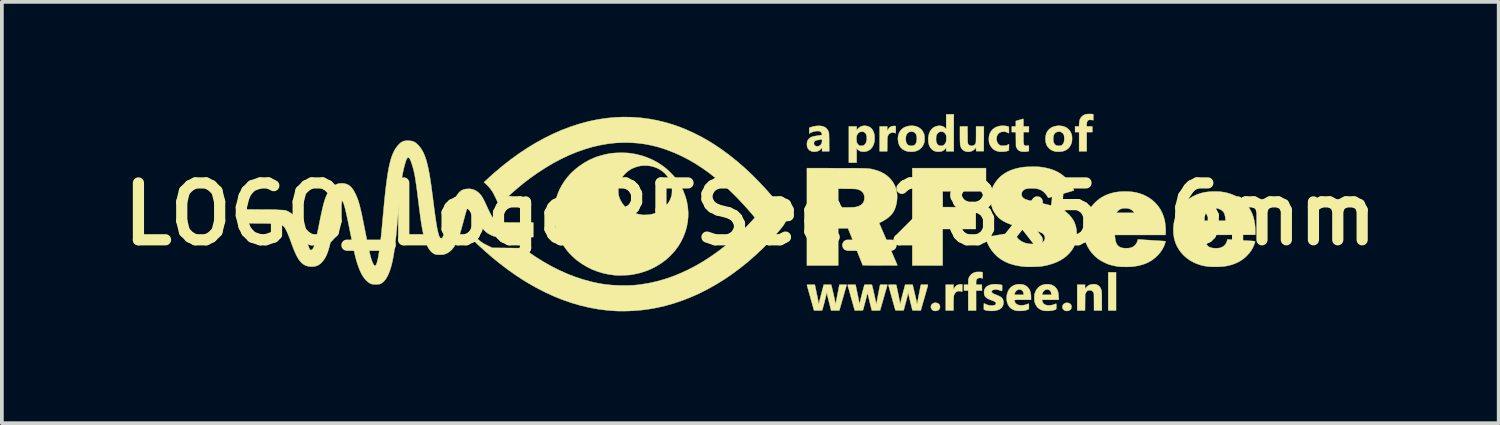
<source format=kicad_pcb>
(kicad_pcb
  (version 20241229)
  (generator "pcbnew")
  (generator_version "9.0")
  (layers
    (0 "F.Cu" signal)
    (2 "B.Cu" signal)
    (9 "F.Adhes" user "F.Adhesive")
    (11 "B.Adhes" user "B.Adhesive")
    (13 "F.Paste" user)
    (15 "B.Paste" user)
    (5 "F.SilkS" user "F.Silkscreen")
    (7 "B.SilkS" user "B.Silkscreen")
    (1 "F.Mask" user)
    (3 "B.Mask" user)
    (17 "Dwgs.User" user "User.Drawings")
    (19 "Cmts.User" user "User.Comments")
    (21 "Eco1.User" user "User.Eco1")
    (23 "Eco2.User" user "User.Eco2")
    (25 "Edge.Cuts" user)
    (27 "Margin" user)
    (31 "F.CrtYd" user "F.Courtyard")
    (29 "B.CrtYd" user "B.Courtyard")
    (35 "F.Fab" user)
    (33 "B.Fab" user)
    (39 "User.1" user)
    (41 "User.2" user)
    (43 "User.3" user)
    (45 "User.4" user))
  (footprint "LOGO_LogoRFSee_28x5-6mm"
    (layer "F.Cu")
    (at 17.062 2.688)
    (property "Reference" "LOGO_LogoRFSee_28x5-6mm" (at 0 0 0) (layer "F.SilkS") (effects (font (size 1.524 1.524) (thickness 0.3))))
    (attr through_hole)
    (fp_poly (pts (xy 9.804 2.584) (xy 9.595 2.584) (xy 9.595 1.562) (xy 9.804 1.562) (xy 9.804 2.584)) (stroke (width 0.01) (type solid)) (fill yes) (layer "F.SilkS"))
    (fp_poly (pts (xy 6.318 -0.61) (xy 5.737 -0.61) (xy 5.156 -0.61) (xy 5.158 -0.398) (xy 5.159 -0.187) (xy 5.602 -0.186) (xy 6.045 -0.184) (xy 6.045 0.4) (xy 5.156 0.4) (xy 5.156 1.378) (xy 4.343 1.378) (xy 4.343 -1.232) (xy 6.318 -1.232) (xy 6.318 -0.61)) (stroke (width 0.01) (type solid)) (fill yes) (layer "F.SilkS"))
    (fp_poly (pts (xy 8.525 2.383) (xy 8.558 2.395) (xy 8.585 2.416) (xy 8.602 2.44) (xy 8.609 2.464) (xy 8.61 2.494) (xy 8.605 2.524) (xy 8.594 2.549) (xy 8.593 2.551) (xy 8.57 2.573) (xy 8.54 2.588) (xy 8.505 2.596) (xy 8.469 2.597) (xy 8.435 2.589) (xy 8.425 2.584) (xy 8.396 2.563) (xy 8.376 2.535) (xy 8.366 2.503) (xy 8.367 2.47) (xy 8.379 2.438) (xy 8.393 2.418) (xy 8.421 2.396) (xy 8.454 2.383) (xy 8.49 2.378) (xy 8.525 2.383)) (stroke (width 0.01) (type solid)) (fill yes) (layer "F.SilkS"))
    (fp_poly (pts (xy 5.007 2.385) (xy 5.038 2.398) (xy 5.047 2.405) (xy 5.07 2.429) (xy 5.083 2.459) (xy 5.086 2.491) (xy 5.08 2.523) (xy 5.066 2.552) (xy 5.042 2.575) (xy 5.027 2.584) (xy 4.999 2.593) (xy 4.966 2.597) (xy 4.934 2.595) (xy 4.908 2.588) (xy 4.905 2.587) (xy 4.88 2.57) (xy 4.862 2.551) (xy 4.851 2.53) (xy 4.841 2.5) (xy 4.841 2.471) (xy 4.852 2.44) (xy 4.871 2.414) (xy 4.9 2.393) (xy 4.934 2.38) (xy 4.941 2.379) (xy 4.973 2.378) (xy 5.007 2.385)) (stroke (width 0.01) (type solid)) (fill yes) (layer "F.SilkS"))
    (fp_poly (pts (xy 3.882 -2.36) (xy 3.882 -2.36) (xy 3.899 -2.356) (xy 3.899 -2.166) (xy 3.877 -2.175) (xy 3.858 -2.18) (xy 3.833 -2.184) (xy 3.818 -2.184) (xy 3.776 -2.179) (xy 3.741 -2.164) (xy 3.712 -2.138) (xy 3.69 -2.101) (xy 3.685 -2.089) (xy 3.682 -2.079) (xy 3.679 -2.066) (xy 3.677 -2.049) (xy 3.676 -2.026) (xy 3.674 -1.996) (xy 3.673 -1.957) (xy 3.672 -1.908) (xy 3.672 -1.872) (xy 3.669 -1.683) (xy 3.467 -1.683) (xy 3.467 -2.349) (xy 3.67 -2.349) (xy 3.67 -2.288) (xy 3.671 -2.226) (xy 3.69 -2.26) (xy 3.708 -2.291) (xy 3.727 -2.314) (xy 3.749 -2.332) (xy 3.764 -2.341) (xy 3.79 -2.352) (xy 3.822 -2.359) (xy 3.855 -2.362) (xy 3.882 -2.36)) (stroke (width 0.01) (type solid)) (fill yes) (layer "F.SilkS"))
    (fp_poly (pts (xy 5.656 1.883) (xy 5.683 1.887) (xy 5.683 1.986) (xy 5.683 2.023) (xy 5.683 2.049) (xy 5.682 2.066) (xy 5.68 2.076) (xy 5.677 2.08) (xy 5.674 2.08) (xy 5.672 2.079) (xy 5.644 2.071) (xy 5.611 2.066) (xy 5.58 2.066) (xy 5.573 2.066) (xy 5.537 2.078) (xy 5.505 2.1) (xy 5.48 2.132) (xy 5.462 2.171) (xy 5.455 2.199) (xy 5.453 2.217) (xy 5.452 2.246) (xy 5.45 2.283) (xy 5.449 2.327) (xy 5.448 2.376) (xy 5.448 2.412) (xy 5.448 2.584) (xy 5.239 2.584) (xy 5.239 1.892) (xy 5.448 1.892) (xy 5.448 1.957) (xy 5.449 2.022) (xy 5.468 1.988) (xy 5.481 1.965) (xy 5.496 1.945) (xy 5.504 1.935) (xy 5.534 1.911) (xy 5.572 1.893) (xy 5.613 1.883) (xy 5.652 1.883) (xy 5.656 1.883)) (stroke (width 0.01) (type solid)) (fill yes) (layer "F.SilkS"))
    (fp_poly (pts (xy 9.115 -2.682) (xy 9.144 -2.681) (xy 9.166 -2.68) (xy 9.177 -2.678) (xy 9.195 -2.673) (xy 9.195 -2.514) (xy 9.181 -2.519) (xy 9.167 -2.521) (xy 9.146 -2.523) (xy 9.12 -2.524) (xy 9.117 -2.524) (xy 9.092 -2.524) (xy 9.075 -2.522) (xy 9.064 -2.518) (xy 9.054 -2.51) (xy 9.048 -2.505) (xy 9.033 -2.485) (xy 9.024 -2.46) (xy 9.019 -2.427) (xy 9.017 -2.392) (xy 9.017 -2.349) (xy 9.169 -2.349) (xy 9.169 -2.197) (xy 9.017 -2.197) (xy 9.017 -1.683) (xy 8.814 -1.683) (xy 8.814 -2.197) (xy 8.706 -2.197) (xy 8.706 -2.349) (xy 8.759 -2.349) (xy 8.812 -2.35) (xy 8.815 -2.424) (xy 8.821 -2.482) (xy 8.832 -2.529) (xy 8.85 -2.569) (xy 8.875 -2.603) (xy 8.907 -2.632) (xy 8.938 -2.653) (xy 8.969 -2.667) (xy 9.003 -2.677) (xy 9.044 -2.681) (xy 9.084 -2.683) (xy 9.115 -2.682)) (stroke (width 0.01) (type solid)) (fill yes) (layer "F.SilkS"))
    (fp_poly (pts (xy 9.243 1.881) (xy 9.263 1.885) (xy 9.284 1.892) (xy 9.286 1.892) (xy 9.329 1.914) (xy 9.363 1.945) (xy 9.39 1.985) (xy 9.409 2.035) (xy 9.414 2.053) (xy 9.416 2.066) (xy 9.418 2.083) (xy 9.42 2.106) (xy 9.421 2.135) (xy 9.422 2.171) (xy 9.423 2.217) (xy 9.423 2.272) (xy 9.423 2.338) (xy 9.423 2.584) (xy 9.214 2.584) (xy 9.213 2.357) (xy 9.211 2.13) (xy 9.195 2.099) (xy 9.175 2.07) (xy 9.151 2.052) (xy 9.119 2.043) (xy 9.099 2.042) (xy 9.063 2.047) (xy 9.033 2.061) (xy 9.009 2.087) (xy 8.994 2.113) (xy 8.976 2.149) (xy 8.974 2.367) (xy 8.972 2.584) (xy 8.763 2.584) (xy 8.763 1.892) (xy 8.973 1.892) (xy 8.973 2.002) (xy 9.008 1.963) (xy 9.045 1.928) (xy 9.084 1.903) (xy 9.127 1.888) (xy 9.178 1.881) (xy 9.188 1.881) (xy 9.22 1.88) (xy 9.243 1.881)) (stroke (width 0.01) (type solid)) (fill yes) (layer "F.SilkS"))
    (fp_poly (pts (xy 6.152 1.551) (xy 6.181 1.552) (xy 6.204 1.554) (xy 6.219 1.557) (xy 6.222 1.558) (xy 6.225 1.566) (xy 6.228 1.584) (xy 6.229 1.613) (xy 6.229 1.644) (xy 6.229 1.725) (xy 6.196 1.716) (xy 6.172 1.712) (xy 6.148 1.71) (xy 6.138 1.711) (xy 6.106 1.72) (xy 6.082 1.735) (xy 6.065 1.758) (xy 6.055 1.79) (xy 6.052 1.833) (xy 6.052 1.84) (xy 6.052 1.892) (xy 6.129 1.894) (xy 6.207 1.895) (xy 6.209 1.973) (xy 6.211 2.051) (xy 6.052 2.051) (xy 6.052 2.584) (xy 5.842 2.584) (xy 5.842 2.051) (xy 5.728 2.051) (xy 5.728 1.892) (xy 5.841 1.892) (xy 5.843 1.815) (xy 5.844 1.781) (xy 5.846 1.756) (xy 5.849 1.737) (xy 5.854 1.721) (xy 5.861 1.703) (xy 5.865 1.694) (xy 5.895 1.647) (xy 5.933 1.608) (xy 5.98 1.578) (xy 6.034 1.558) (xy 6.046 1.555) (xy 6.065 1.553) (xy 6.091 1.551) (xy 6.121 1.551) (xy 6.152 1.551)) (stroke (width 0.01) (type solid)) (fill yes) (layer "F.SilkS"))
    (fp_poly (pts (xy 5.824 -2.126) (xy 5.825 -2.066) (xy 5.825 -2.018) (xy 5.826 -1.98) (xy 5.827 -1.95) (xy 5.828 -1.928) (xy 5.829 -1.912) (xy 5.831 -1.9) (xy 5.834 -1.891) (xy 5.837 -1.884) (xy 5.839 -1.88) (xy 5.861 -1.852) (xy 5.889 -1.836) (xy 5.923 -1.829) (xy 5.932 -1.829) (xy 5.967 -1.832) (xy 5.995 -1.842) (xy 6.018 -1.862) (xy 6.018 -1.862) (xy 6.027 -1.871) (xy 6.034 -1.881) (xy 6.039 -1.893) (xy 6.043 -1.907) (xy 6.047 -1.925) (xy 6.049 -1.949) (xy 6.05 -1.98) (xy 6.051 -2.02) (xy 6.051 -2.069) (xy 6.052 -2.13) (xy 6.052 -2.137) (xy 6.052 -2.349) (xy 6.261 -2.349) (xy 6.26 -2.018) (xy 6.258 -1.686) (xy 6.055 -1.686) (xy 6.051 -1.785) (xy 6.03 -1.758) (xy 5.995 -1.722) (xy 5.952 -1.695) (xy 5.905 -1.677) (xy 5.853 -1.669) (xy 5.802 -1.672) (xy 5.761 -1.682) (xy 5.718 -1.703) (xy 5.683 -1.733) (xy 5.66 -1.765) (xy 5.65 -1.782) (xy 5.642 -1.799) (xy 5.636 -1.817) (xy 5.631 -1.837) (xy 5.627 -1.862) (xy 5.624 -1.892) (xy 5.622 -1.929) (xy 5.621 -1.974) (xy 5.62 -2.028) (xy 5.62 -2.093) (xy 5.62 -2.117) (xy 5.62 -2.349) (xy 5.822 -2.349) (xy 5.824 -2.126)) (stroke (width 0.01) (type solid)) (fill yes) (layer "F.SilkS"))
    (fp_poly (pts (xy 7.318 -2.548) (xy 7.32 -2.54) (xy 7.321 -2.525) (xy 7.321 -2.502) (xy 7.322 -2.468) (xy 7.322 -2.452) (xy 7.322 -2.349) (xy 7.468 -2.349) (xy 7.468 -2.197) (xy 7.322 -2.197) (xy 7.322 -2.048) (xy 7.322 -1.993) (xy 7.323 -1.95) (xy 7.325 -1.916) (xy 7.328 -1.89) (xy 7.332 -1.871) (xy 7.338 -1.857) (xy 7.347 -1.847) (xy 7.357 -1.838) (xy 7.358 -1.838) (xy 7.374 -1.833) (xy 7.397 -1.83) (xy 7.423 -1.831) (xy 7.447 -1.834) (xy 7.456 -1.838) (xy 7.461 -1.839) (xy 7.464 -1.836) (xy 7.466 -1.828) (xy 7.467 -1.811) (xy 7.468 -1.785) (xy 7.468 -1.767) (xy 7.468 -1.69) (xy 7.447 -1.683) (xy 7.426 -1.678) (xy 7.396 -1.674) (xy 7.361 -1.672) (xy 7.325 -1.672) (xy 7.291 -1.674) (xy 7.262 -1.677) (xy 7.249 -1.68) (xy 7.217 -1.694) (xy 7.187 -1.712) (xy 7.164 -1.733) (xy 7.164 -1.733) (xy 7.157 -1.744) (xy 7.147 -1.762) (xy 7.139 -1.778) (xy 7.122 -1.813) (xy 7.12 -2.005) (xy 7.118 -2.197) (xy 7.01 -2.197) (xy 7.01 -2.349) (xy 7.118 -2.349) (xy 7.118 -2.495) (xy 7.163 -2.508) (xy 7.193 -2.517) (xy 7.228 -2.527) (xy 7.253 -2.534) (xy 7.277 -2.541) (xy 7.297 -2.547) (xy 7.31 -2.55) (xy 7.31 -2.55) (xy 7.315 -2.551) (xy 7.318 -2.548)) (stroke (width 0.01) (type solid)) (fill yes) (layer "F.SilkS"))
    (fp_poly (pts (xy 3.109 -2.363) (xy 3.164 -2.349) (xy 3.212 -2.325) (xy 3.252 -2.29) (xy 3.284 -2.245) (xy 3.309 -2.191) (xy 3.325 -2.134) (xy 3.331 -2.089) (xy 3.332 -2.037) (xy 3.33 -1.984) (xy 3.325 -1.935) (xy 3.318 -1.902) (xy 3.295 -1.84) (xy 3.265 -1.787) (xy 3.226 -1.743) (xy 3.181 -1.709) (xy 3.13 -1.686) (xy 3.073 -1.673) (xy 3.02 -1.671) (xy 2.973 -1.677) (xy 2.935 -1.69) (xy 2.901 -1.711) (xy 2.88 -1.73) (xy 2.851 -1.759) (xy 2.851 -1.378) (xy 2.642 -1.378) (xy 2.642 -2.014) (xy 2.845 -2.014) (xy 2.847 -1.973) (xy 2.851 -1.938) (xy 2.855 -1.925) (xy 2.868 -1.893) (xy 2.889 -1.865) (xy 2.913 -1.844) (xy 2.924 -1.838) (xy 2.954 -1.83) (xy 2.989 -1.83) (xy 3.023 -1.836) (xy 3.042 -1.843) (xy 3.071 -1.865) (xy 3.094 -1.897) (xy 3.111 -1.938) (xy 3.121 -1.985) (xy 3.123 -2.038) (xy 3.123 -2.057) (xy 3.115 -2.107) (xy 3.1 -2.147) (xy 3.077 -2.178) (xy 3.047 -2.198) (xy 3.032 -2.204) (xy 2.99 -2.209) (xy 2.951 -2.203) (xy 2.916 -2.187) (xy 2.886 -2.16) (xy 2.864 -2.126) (xy 2.852 -2.089) (xy 2.847 -2.054) (xy 2.845 -2.014) (xy 2.642 -2.014) (xy 2.642 -2.349) (xy 2.851 -2.349) (xy 2.851 -2.253) (xy 2.882 -2.287) (xy 2.924 -2.325) (xy 2.971 -2.35) (xy 3.023 -2.364) (xy 3.08 -2.367) (xy 3.109 -2.363)) (stroke (width 0.01) (type solid)) (fill yes) (layer "F.SilkS"))
    (fp_poly (pts (xy 4.382 -2.364) (xy 4.438 -2.353) (xy 4.498 -2.331) (xy 4.55 -2.298) (xy 4.595 -2.257) (xy 4.63 -2.207) (xy 4.656 -2.149) (xy 4.665 -2.116) (xy 4.67 -2.084) (xy 4.672 -2.044) (xy 4.672 -2.001) (xy 4.669 -1.959) (xy 4.663 -1.922) (xy 4.658 -1.903) (xy 4.633 -1.843) (xy 4.598 -1.79) (xy 4.553 -1.746) (xy 4.501 -1.712) (xy 4.441 -1.687) (xy 4.415 -1.68) (xy 4.367 -1.673) (xy 4.314 -1.671) (xy 4.26 -1.673) (xy 4.211 -1.68) (xy 4.199 -1.683) (xy 4.137 -1.705) (xy 4.084 -1.737) (xy 4.039 -1.777) (xy 4.004 -1.826) (xy 3.978 -1.883) (xy 3.966 -1.933) (xy 3.958 -1.994) (xy 4.167 -1.994) (xy 4.174 -1.942) (xy 4.189 -1.899) (xy 4.212 -1.866) (xy 4.241 -1.844) (xy 4.256 -1.837) (xy 4.287 -1.83) (xy 4.323 -1.829) (xy 4.358 -1.833) (xy 4.387 -1.843) (xy 4.388 -1.843) (xy 4.418 -1.864) (xy 4.44 -1.895) (xy 4.455 -1.934) (xy 4.463 -1.984) (xy 4.464 -2.023) (xy 4.461 -2.075) (xy 4.452 -2.116) (xy 4.437 -2.149) (xy 4.42 -2.172) (xy 4.389 -2.194) (xy 4.352 -2.207) (xy 4.312 -2.21) (xy 4.272 -2.202) (xy 4.25 -2.194) (xy 4.216 -2.17) (xy 4.191 -2.138) (xy 4.175 -2.096) (xy 4.167 -2.045) (xy 4.167 -1.994) (xy 3.958 -1.994) (xy 3.957 -2.003) (xy 3.96 -2.071) (xy 3.973 -2.134) (xy 3.996 -2.191) (xy 4.029 -2.242) (xy 4.071 -2.285) (xy 4.122 -2.32) (xy 4.135 -2.327) (xy 4.191 -2.348) (xy 4.253 -2.362) (xy 4.318 -2.367) (xy 4.382 -2.364)) (stroke (width 0.01) (type solid)) (fill yes) (layer "F.SilkS"))
    (fp_poly (pts (xy 6.818 -2.365) (xy 6.861 -2.36) (xy 6.896 -2.351) (xy 6.897 -2.351) (xy 6.931 -2.34) (xy 6.933 -2.252) (xy 6.933 -2.221) (xy 6.933 -2.194) (xy 6.932 -2.176) (xy 6.93 -2.167) (xy 6.93 -2.167) (xy 6.895 -2.183) (xy 6.868 -2.195) (xy 6.846 -2.202) (xy 6.825 -2.206) (xy 6.807 -2.208) (xy 6.756 -2.207) (xy 6.71 -2.194) (xy 6.671 -2.172) (xy 6.639 -2.142) (xy 6.617 -2.103) (xy 6.604 -2.058) (xy 6.601 -2.008) (xy 6.604 -1.974) (xy 6.618 -1.927) (xy 6.641 -1.888) (xy 6.674 -1.857) (xy 6.683 -1.851) (xy 6.698 -1.843) (xy 6.711 -1.837) (xy 6.725 -1.834) (xy 6.744 -1.832) (xy 6.772 -1.832) (xy 6.781 -1.832) (xy 6.812 -1.832) (xy 6.835 -1.834) (xy 6.853 -1.837) (xy 6.869 -1.842) (xy 6.89 -1.851) (xy 6.892 -1.852) (xy 6.935 -1.873) (xy 6.933 -1.789) (xy 6.931 -1.705) (xy 6.887 -1.69) (xy 6.864 -1.683) (xy 6.841 -1.678) (xy 6.815 -1.675) (xy 6.781 -1.673) (xy 6.76 -1.673) (xy 6.727 -1.672) (xy 6.698 -1.672) (xy 6.675 -1.673) (xy 6.662 -1.674) (xy 6.661 -1.674) (xy 6.634 -1.681) (xy 6.603 -1.691) (xy 6.572 -1.703) (xy 6.548 -1.715) (xy 6.545 -1.717) (xy 6.501 -1.75) (xy 6.463 -1.792) (xy 6.431 -1.841) (xy 6.409 -1.893) (xy 6.404 -1.908) (xy 6.398 -1.942) (xy 6.395 -1.984) (xy 6.395 -2.028) (xy 6.398 -2.071) (xy 6.404 -2.107) (xy 6.425 -2.168) (xy 6.456 -2.223) (xy 6.496 -2.269) (xy 6.545 -2.308) (xy 6.603 -2.337) (xy 6.667 -2.357) (xy 6.68 -2.36) (xy 6.723 -2.365) (xy 6.77 -2.367) (xy 6.818 -2.365)) (stroke (width 0.01) (type solid)) (fill yes) (layer "F.SilkS"))
    (fp_poly (pts (xy 8.32 -2.365) (xy 8.385 -2.354) (xy 8.445 -2.332) (xy 8.498 -2.301) (xy 8.543 -2.26) (xy 8.579 -2.211) (xy 8.607 -2.153) (xy 8.614 -2.13) (xy 8.621 -2.097) (xy 8.625 -2.056) (xy 8.625 -2.011) (xy 8.623 -1.967) (xy 8.617 -1.929) (xy 8.615 -1.919) (xy 8.593 -1.857) (xy 8.561 -1.803) (xy 8.52 -1.757) (xy 8.471 -1.72) (xy 8.414 -1.693) (xy 8.366 -1.68) (xy 8.326 -1.674) (xy 8.28 -1.671) (xy 8.231 -1.672) (xy 8.187 -1.675) (xy 8.162 -1.68) (xy 8.102 -1.699) (xy 8.048 -1.73) (xy 8.009 -1.761) (xy 7.971 -1.804) (xy 7.942 -1.854) (xy 7.923 -1.91) (xy 7.914 -1.974) (xy 7.912 -2.013) (xy 8.12 -2.013) (xy 8.124 -1.958) (xy 8.136 -1.912) (xy 8.155 -1.877) (xy 8.182 -1.851) (xy 8.2 -1.841) (xy 8.225 -1.834) (xy 8.256 -1.83) (xy 8.289 -1.829) (xy 8.317 -1.832) (xy 8.329 -1.836) (xy 8.354 -1.85) (xy 8.378 -1.874) (xy 8.395 -1.899) (xy 8.408 -1.935) (xy 8.416 -1.978) (xy 8.418 -2.025) (xy 8.415 -2.072) (xy 8.407 -2.115) (xy 8.406 -2.116) (xy 8.39 -2.15) (xy 8.365 -2.177) (xy 8.334 -2.197) (xy 8.299 -2.208) (xy 8.261 -2.21) (xy 8.224 -2.203) (xy 8.19 -2.186) (xy 8.169 -2.169) (xy 8.147 -2.142) (xy 8.132 -2.111) (xy 8.123 -2.074) (xy 8.12 -2.029) (xy 8.12 -2.013) (xy 7.912 -2.013) (xy 7.912 -2.016) (xy 7.916 -2.085) (xy 7.93 -2.145) (xy 7.952 -2.198) (xy 7.984 -2.245) (xy 8.01 -2.272) (xy 8.054 -2.307) (xy 8.102 -2.334) (xy 8.156 -2.352) (xy 8.217 -2.363) (xy 8.249 -2.366) (xy 8.32 -2.365)) (stroke (width 0.01) (type solid)) (fill yes) (layer "F.SilkS"))
    (fp_poly (pts (xy 8.018 1.884) (xy 8.076 1.898) (xy 8.126 1.921) (xy 8.17 1.954) (xy 8.18 1.964) (xy 8.209 1.998) (xy 8.231 2.036) (xy 8.247 2.079) (xy 8.258 2.129) (xy 8.264 2.189) (xy 8.266 2.215) (xy 8.27 2.299) (xy 7.823 2.299) (xy 7.823 2.316) (xy 7.828 2.34) (xy 7.839 2.366) (xy 7.854 2.391) (xy 7.866 2.404) (xy 7.899 2.427) (xy 7.941 2.442) (xy 7.99 2.448) (xy 8.044 2.446) (xy 8.103 2.435) (xy 8.164 2.416) (xy 8.196 2.402) (xy 8.2 2.404) (xy 8.202 2.413) (xy 8.204 2.431) (xy 8.204 2.459) (xy 8.204 2.475) (xy 8.204 2.508) (xy 8.203 2.531) (xy 8.199 2.546) (xy 8.19 2.557) (xy 8.174 2.564) (xy 8.15 2.572) (xy 8.126 2.579) (xy 8.088 2.587) (xy 8.043 2.592) (xy 7.994 2.595) (xy 7.944 2.596) (xy 7.897 2.593) (xy 7.857 2.588) (xy 7.842 2.584) (xy 7.783 2.562) (xy 7.731 2.531) (xy 7.689 2.49) (xy 7.655 2.439) (xy 7.63 2.381) (xy 7.623 2.359) (xy 7.618 2.328) (xy 7.615 2.289) (xy 7.614 2.246) (xy 7.615 2.203) (xy 7.618 2.165) (xy 7.818 2.165) (xy 8.072 2.165) (xy 8.068 2.133) (xy 8.058 2.091) (xy 8.04 2.058) (xy 8.014 2.036) (xy 7.979 2.023) (xy 7.972 2.022) (xy 7.935 2.023) (xy 7.901 2.035) (xy 7.871 2.057) (xy 7.846 2.089) (xy 7.828 2.13) (xy 7.824 2.142) (xy 7.818 2.165) (xy 7.618 2.165) (xy 7.618 2.164) (xy 7.623 2.137) (xy 7.646 2.073) (xy 7.677 2.017) (xy 7.718 1.97) (xy 7.766 1.932) (xy 7.821 1.904) (xy 7.882 1.886) (xy 7.948 1.88) (xy 7.952 1.88) (xy 8.018 1.884)) (stroke (width 0.01) (type solid)) (fill yes) (layer "F.SilkS"))
    (fp_poly (pts (xy 5.455 -1.683) (xy 5.251 -1.683) (xy 5.251 -1.781) (xy 5.233 -1.755) (xy 5.201 -1.722) (xy 5.16 -1.695) (xy 5.14 -1.685) (xy 5.113 -1.678) (xy 5.078 -1.673) (xy 5.039 -1.672) (xy 5.001 -1.674) (xy 4.968 -1.679) (xy 4.958 -1.682) (xy 4.918 -1.698) (xy 4.885 -1.719) (xy 4.855 -1.747) (xy 4.849 -1.753) (xy 4.82 -1.791) (xy 4.798 -1.833) (xy 4.783 -1.88) (xy 4.774 -1.936) (xy 4.771 -1.975) (xy 4.771 -2.025) (xy 4.979 -2.025) (xy 4.98 -1.976) (xy 4.985 -1.937) (xy 4.995 -1.906) (xy 5.011 -1.878) (xy 5.019 -1.869) (xy 5.041 -1.848) (xy 5.067 -1.835) (xy 5.098 -1.83) (xy 5.115 -1.829) (xy 5.141 -1.83) (xy 5.16 -1.835) (xy 5.18 -1.846) (xy 5.183 -1.847) (xy 5.201 -1.861) (xy 5.216 -1.879) (xy 5.23 -1.903) (xy 5.233 -1.909) (xy 5.242 -1.928) (xy 5.248 -1.943) (xy 5.252 -1.959) (xy 5.254 -1.978) (xy 5.254 -2.003) (xy 5.255 -2.029) (xy 5.254 -2.061) (xy 5.254 -2.085) (xy 5.251 -2.102) (xy 5.248 -2.115) (xy 5.241 -2.129) (xy 5.236 -2.138) (xy 5.22 -2.161) (xy 5.201 -2.182) (xy 5.192 -2.189) (xy 5.177 -2.199) (xy 5.162 -2.204) (xy 5.143 -2.206) (xy 5.121 -2.207) (xy 5.095 -2.206) (xy 5.077 -2.203) (xy 5.063 -2.197) (xy 5.047 -2.187) (xy 5.019 -2.16) (xy 5.001 -2.131) (xy 4.992 -2.112) (xy 4.986 -2.096) (xy 4.983 -2.077) (xy 4.981 -2.052) (xy 4.979 -2.025) (xy 4.771 -2.025) (xy 4.772 -2.05) (xy 4.782 -2.119) (xy 4.801 -2.18) (xy 4.828 -2.234) (xy 4.864 -2.28) (xy 4.907 -2.317) (xy 4.957 -2.344) (xy 5.014 -2.361) (xy 5.026 -2.363) (xy 5.08 -2.367) (xy 5.131 -2.36) (xy 5.176 -2.344) (xy 5.214 -2.319) (xy 5.232 -2.3) (xy 5.251 -2.277) (xy 5.251 -2.673) (xy 5.455 -2.673) (xy 5.455 -1.683)) (stroke (width 0.01) (type solid)) (fill yes) (layer "F.SilkS"))
    (fp_poly (pts (xy 7.28 1.884) (xy 7.335 1.897) (xy 7.383 1.919) (xy 7.425 1.951) (xy 7.434 1.959) (xy 7.468 2) (xy 7.494 2.046) (xy 7.511 2.1) (xy 7.522 2.161) (xy 7.525 2.227) (xy 7.525 2.299) (xy 7.303 2.299) (xy 7.242 2.299) (xy 7.193 2.299) (xy 7.154 2.299) (xy 7.125 2.3) (xy 7.104 2.302) (xy 7.091 2.305) (xy 7.083 2.309) (xy 7.08 2.315) (xy 7.08 2.323) (xy 7.084 2.333) (xy 7.088 2.346) (xy 7.09 2.35) (xy 7.108 2.386) (xy 7.136 2.413) (xy 7.174 2.432) (xy 7.221 2.444) (xy 7.266 2.447) (xy 7.315 2.444) (xy 7.364 2.435) (xy 7.407 2.422) (xy 7.433 2.411) (xy 7.45 2.404) (xy 7.461 2.404) (xy 7.466 2.412) (xy 7.468 2.428) (xy 7.468 2.455) (xy 7.468 2.473) (xy 7.468 2.547) (xy 7.44 2.559) (xy 7.406 2.573) (xy 7.371 2.582) (xy 7.333 2.589) (xy 7.288 2.593) (xy 7.245 2.595) (xy 7.195 2.595) (xy 7.155 2.594) (xy 7.124 2.59) (xy 7.114 2.588) (xy 7.068 2.573) (xy 7.024 2.552) (xy 6.983 2.525) (xy 6.955 2.499) (xy 6.921 2.452) (xy 6.896 2.398) (xy 6.879 2.339) (xy 6.871 2.277) (xy 6.872 2.214) (xy 6.881 2.151) (xy 6.882 2.147) (xy 7.082 2.147) (xy 7.082 2.155) (xy 7.088 2.16) (xy 7.1 2.163) (xy 7.12 2.165) (xy 7.15 2.165) (xy 7.19 2.165) (xy 7.205 2.165) (xy 7.33 2.165) (xy 7.326 2.13) (xy 7.317 2.09) (xy 7.298 2.059) (xy 7.271 2.036) (xy 7.236 2.023) (xy 7.229 2.022) (xy 7.193 2.023) (xy 7.16 2.035) (xy 7.13 2.057) (xy 7.105 2.087) (xy 7.09 2.12) (xy 7.085 2.135) (xy 7.082 2.147) (xy 6.882 2.147) (xy 6.899 2.092) (xy 6.925 2.037) (xy 6.959 1.989) (xy 6.972 1.975) (xy 7.021 1.935) (xy 7.074 1.906) (xy 7.133 1.888) (xy 7.198 1.88) (xy 7.217 1.88) (xy 7.28 1.884)) (stroke (width 0.01) (type solid)) (fill yes) (layer "F.SilkS"))
    (fp_poly (pts (xy 6.62 1.882) (xy 6.68 1.889) (xy 6.726 1.899) (xy 6.75 1.905) (xy 6.75 1.985) (xy 6.75 2.018) (xy 6.749 2.041) (xy 6.748 2.054) (xy 6.746 2.061) (xy 6.742 2.062) (xy 6.739 2.062) (xy 6.728 2.058) (xy 6.709 2.051) (xy 6.685 2.043) (xy 6.68 2.041) (xy 6.64 2.03) (xy 6.6 2.024) (xy 6.561 2.024) (xy 6.527 2.028) (xy 6.5 2.038) (xy 6.481 2.052) (xy 6.476 2.06) (xy 6.471 2.079) (xy 6.474 2.097) (xy 6.487 2.113) (xy 6.511 2.13) (xy 6.545 2.147) (xy 6.591 2.165) (xy 6.591 2.165) (xy 6.65 2.188) (xy 6.697 2.212) (xy 6.733 2.238) (xy 6.759 2.266) (xy 6.776 2.298) (xy 6.785 2.335) (xy 6.787 2.377) (xy 6.787 2.387) (xy 6.778 2.437) (xy 6.759 2.481) (xy 6.729 2.518) (xy 6.69 2.548) (xy 6.64 2.571) (xy 6.581 2.587) (xy 6.513 2.595) (xy 6.464 2.596) (xy 6.43 2.595) (xy 6.395 2.593) (xy 6.365 2.59) (xy 6.35 2.588) (xy 6.324 2.582) (xy 6.299 2.575) (xy 6.285 2.57) (xy 6.261 2.56) (xy 6.261 2.477) (xy 6.261 2.446) (xy 6.262 2.42) (xy 6.263 2.402) (xy 6.263 2.394) (xy 6.264 2.394) (xy 6.27 2.397) (xy 6.285 2.403) (xy 6.303 2.412) (xy 6.358 2.435) (xy 6.411 2.448) (xy 6.467 2.452) (xy 6.506 2.45) (xy 6.54 2.443) (xy 6.564 2.433) (xy 6.578 2.42) (xy 6.579 2.419) (xy 6.583 2.404) (xy 6.585 2.388) (xy 6.582 2.374) (xy 6.571 2.36) (xy 6.552 2.346) (xy 6.523 2.332) (xy 6.484 2.317) (xy 6.477 2.314) (xy 6.418 2.292) (xy 6.37 2.27) (xy 6.333 2.247) (xy 6.305 2.222) (xy 6.285 2.194) (xy 6.273 2.163) (xy 6.267 2.126) (xy 6.266 2.098) (xy 6.267 2.068) (xy 6.27 2.046) (xy 6.275 2.027) (xy 6.283 2.01) (xy 6.307 1.972) (xy 6.34 1.94) (xy 6.382 1.916) (xy 6.434 1.896) (xy 6.45 1.892) (xy 6.501 1.883) (xy 6.558 1.88) (xy 6.62 1.882)) (stroke (width 0.01) (type solid)) (fill yes) (layer "F.SilkS"))
    (fp_poly (pts (xy 1.892 -2.362) (xy 1.94 -2.353) (xy 1.947 -2.351) (xy 1.996 -2.331) (xy 2.036 -2.303) (xy 2.068 -2.266) (xy 2.093 -2.219) (xy 2.097 -2.211) (xy 2.101 -2.201) (xy 2.104 -2.192) (xy 2.106 -2.181) (xy 2.108 -2.168) (xy 2.109 -2.151) (xy 2.11 -2.128) (xy 2.111 -2.099) (xy 2.112 -2.062) (xy 2.113 -2.015) (xy 2.113 -1.958) (xy 2.113 -1.929) (xy 2.115 -1.683) (xy 1.924 -1.683) (xy 1.924 -1.781) (xy 1.892 -1.745) (xy 1.859 -1.713) (xy 1.824 -1.691) (xy 1.785 -1.678) (xy 1.738 -1.672) (xy 1.731 -1.672) (xy 1.696 -1.671) (xy 1.67 -1.674) (xy 1.647 -1.679) (xy 1.64 -1.682) (xy 1.598 -1.702) (xy 1.564 -1.731) (xy 1.541 -1.765) (xy 1.531 -1.785) (xy 1.524 -1.803) (xy 1.521 -1.825) (xy 1.519 -1.854) (xy 1.519 -1.901) (xy 1.52 -1.909) (xy 1.706 -1.909) (xy 1.706 -1.88) (xy 1.71 -1.865) (xy 1.727 -1.841) (xy 1.751 -1.825) (xy 1.781 -1.816) (xy 1.814 -1.817) (xy 1.848 -1.828) (xy 1.855 -1.831) (xy 1.885 -1.853) (xy 1.907 -1.885) (xy 1.919 -1.924) (xy 1.923 -1.953) (xy 1.923 -1.975) (xy 1.923 -1.992) (xy 1.921 -2) (xy 1.92 -2) (xy 1.906 -1.999) (xy 1.884 -1.996) (xy 1.856 -1.992) (xy 1.826 -1.987) (xy 1.798 -1.982) (xy 1.775 -1.978) (xy 1.762 -1.975) (xy 1.761 -1.974) (xy 1.735 -1.96) (xy 1.716 -1.937) (xy 1.706 -1.909) (xy 1.52 -1.909) (xy 1.524 -1.94) (xy 1.537 -1.972) (xy 1.557 -2.001) (xy 1.574 -2.02) (xy 1.593 -2.038) (xy 1.613 -2.053) (xy 1.636 -2.064) (xy 1.663 -2.074) (xy 1.696 -2.083) (xy 1.738 -2.091) (xy 1.789 -2.1) (xy 1.803 -2.102) (xy 1.921 -2.119) (xy 1.919 -2.144) (xy 1.912 -2.173) (xy 1.893 -2.198) (xy 1.873 -2.213) (xy 1.846 -2.222) (xy 1.812 -2.226) (xy 1.771 -2.224) (xy 1.727 -2.217) (xy 1.683 -2.206) (xy 1.641 -2.19) (xy 1.609 -2.174) (xy 1.581 -2.158) (xy 1.581 -2.312) (xy 1.605 -2.322) (xy 1.658 -2.34) (xy 1.717 -2.354) (xy 1.778 -2.362) (xy 1.837 -2.365) (xy 1.892 -2.362)) (stroke (width 0.01) (type solid)) (fill yes) (layer "F.SilkS"))
    (fp_poly (pts (xy 2.319 -1.23) (xy 2.439 -1.23) (xy 2.548 -1.23) (xy 2.645 -1.229) (xy 2.731 -1.229) (xy 2.808 -1.229) (xy 2.876 -1.228) (xy 2.936 -1.228) (xy 2.988 -1.227) (xy 3.033 -1.226) (xy 3.073 -1.225) (xy 3.107 -1.223) (xy 3.136 -1.222) (xy 3.162 -1.22) (xy 3.185 -1.217) (xy 3.206 -1.214) (xy 3.225 -1.211) (xy 3.244 -1.208) (xy 3.262 -1.204) (xy 3.281 -1.199) (xy 3.302 -1.194) (xy 3.321 -1.19) (xy 3.423 -1.159) (xy 3.516 -1.12) (xy 3.602 -1.073) (xy 3.679 -1.017) (xy 3.746 -0.954) (xy 3.804 -0.884) (xy 3.852 -0.808) (xy 3.89 -0.725) (xy 3.917 -0.637) (xy 3.933 -0.545) (xy 3.937 -0.467) (xy 3.932 -0.372) (xy 3.918 -0.28) (xy 3.895 -0.192) (xy 3.864 -0.111) (xy 3.834 -0.054) (xy 3.8 -0.007) (xy 3.756 0.042) (xy 3.703 0.089) (xy 3.642 0.135) (xy 3.576 0.176) (xy 3.515 0.209) (xy 3.49 0.221) (xy 3.471 0.231) (xy 3.458 0.237) (xy 3.455 0.239) (xy 3.457 0.245) (xy 3.464 0.262) (xy 3.475 0.288) (xy 3.491 0.325) (xy 3.51 0.369) (xy 3.532 0.421) (xy 3.558 0.481) (xy 3.586 0.546) (xy 3.616 0.616) (xy 3.649 0.691) (xy 3.683 0.77) (xy 3.698 0.805) (xy 3.733 0.885) (xy 3.766 0.962) (xy 3.798 1.035) (xy 3.827 1.102) (xy 3.854 1.165) (xy 3.878 1.22) (xy 3.899 1.268) (xy 3.916 1.309) (xy 3.929 1.34) (xy 3.938 1.361) (xy 3.943 1.372) (xy 3.943 1.374) (xy 3.937 1.374) (xy 3.919 1.375) (xy 3.891 1.376) (xy 3.852 1.376) (xy 3.805 1.376) (xy 3.751 1.377) (xy 3.689 1.377) (xy 3.622 1.377) (xy 3.55 1.377) (xy 3.479 1.376) (xy 3.015 1.375) (xy 2.817 0.878) (xy 2.619 0.381) (xy 2.488 0.381) (xy 2.356 0.381) (xy 2.356 1.378) (xy 1.518 1.378) (xy 1.518 -0.178) (xy 2.356 -0.178) (xy 2.548 -0.178) (xy 2.599 -0.178) (xy 2.649 -0.179) (xy 2.695 -0.18) (xy 2.735 -0.181) (xy 2.768 -0.182) (xy 2.79 -0.184) (xy 2.793 -0.184) (xy 2.862 -0.197) (xy 2.92 -0.218) (xy 2.969 -0.245) (xy 3.007 -0.28) (xy 3.036 -0.322) (xy 3.053 -0.371) (xy 3.06 -0.417) (xy 3.058 -0.475) (xy 3.045 -0.526) (xy 3.023 -0.57) (xy 2.989 -0.606) (xy 2.946 -0.636) (xy 2.891 -0.659) (xy 2.873 -0.664) (xy 2.861 -0.667) (xy 2.847 -0.67) (xy 2.828 -0.672) (xy 2.805 -0.673) (xy 2.774 -0.675) (xy 2.736 -0.676) (xy 2.688 -0.677) (xy 2.63 -0.677) (xy 2.596 -0.678) (xy 2.356 -0.681) (xy 2.356 -0.178) (xy 1.518 -0.178) (xy 1.518 -1.232) (xy 2.319 -1.23)) (stroke (width 0.01) (type solid)) (fill yes) (layer "F.SilkS"))
    (fp_poly (pts (xy 2.225 2.126) (xy 2.237 2.18) (xy 2.248 2.23) (xy 2.259 2.275) (xy 2.267 2.314) (xy 2.274 2.345) (xy 2.278 2.367) (xy 2.28 2.378) (xy 2.28 2.379) (xy 2.282 2.397) (xy 2.286 2.41) (xy 2.29 2.417) (xy 2.291 2.413) (xy 2.292 2.403) (xy 2.293 2.393) (xy 2.297 2.372) (xy 2.302 2.341) (xy 2.309 2.302) (xy 2.318 2.257) (xy 2.327 2.206) (xy 2.338 2.152) (xy 2.341 2.138) (xy 2.389 1.892) (xy 2.487 1.892) (xy 2.524 1.892) (xy 2.551 1.893) (xy 2.568 1.894) (xy 2.578 1.896) (xy 2.582 1.898) (xy 2.582 1.902) (xy 2.582 1.903) (xy 2.58 1.912) (xy 2.574 1.931) (xy 2.566 1.96) (xy 2.555 1.997) (xy 2.542 2.042) (xy 2.527 2.093) (xy 2.511 2.15) (xy 2.494 2.21) (xy 2.489 2.229) (xy 2.471 2.29) (xy 2.454 2.349) (xy 2.439 2.403) (xy 2.425 2.451) (xy 2.413 2.492) (xy 2.404 2.525) (xy 2.397 2.549) (xy 2.393 2.562) (xy 2.393 2.564) (xy 2.387 2.584) (xy 2.167 2.584) (xy 2.115 2.376) (xy 2.102 2.326) (xy 2.09 2.277) (xy 2.079 2.234) (xy 2.071 2.196) (xy 2.064 2.166) (xy 2.06 2.146) (xy 2.059 2.138) (xy 2.056 2.119) (xy 2.052 2.107) (xy 2.048 2.105) (xy 2.045 2.112) (xy 2.045 2.122) (xy 2.043 2.132) (xy 2.039 2.152) (xy 2.032 2.181) (xy 2.023 2.217) (xy 2.013 2.258) (xy 2.002 2.302) (xy 1.99 2.349) (xy 1.978 2.395) (xy 1.966 2.44) (xy 1.955 2.482) (xy 1.945 2.518) (xy 1.937 2.547) (xy 1.93 2.568) (xy 1.927 2.579) (xy 1.926 2.579) (xy 1.919 2.581) (xy 1.902 2.582) (xy 1.876 2.584) (xy 1.843 2.584) (xy 1.816 2.584) (xy 1.709 2.584) (xy 1.702 2.561) (xy 1.699 2.55) (xy 1.693 2.528) (xy 1.684 2.497) (xy 1.673 2.457) (xy 1.66 2.41) (xy 1.645 2.357) (xy 1.629 2.3) (xy 1.612 2.238) (xy 1.607 2.22) (xy 1.59 2.159) (xy 1.573 2.101) (xy 1.559 2.049) (xy 1.546 2.002) (xy 1.535 1.963) (xy 1.526 1.931) (xy 1.521 1.91) (xy 1.518 1.899) (xy 1.518 1.898) (xy 1.524 1.896) (xy 1.54 1.895) (xy 1.565 1.894) (xy 1.597 1.893) (xy 1.624 1.894) (xy 1.73 1.895) (xy 1.779 2.127) (xy 1.79 2.181) (xy 1.801 2.232) (xy 1.81 2.279) (xy 1.819 2.32) (xy 1.825 2.353) (xy 1.83 2.378) (xy 1.832 2.391) (xy 1.837 2.423) (xy 1.842 2.388) (xy 1.845 2.373) (xy 1.851 2.348) (xy 1.859 2.314) (xy 1.869 2.273) (xy 1.881 2.227) (xy 1.894 2.178) (xy 1.902 2.146) (xy 1.915 2.096) (xy 1.928 2.049) (xy 1.939 2.006) (xy 1.949 1.97) (xy 1.956 1.941) (xy 1.961 1.922) (xy 1.963 1.916) (xy 1.969 1.892) (xy 2.169 1.892) (xy 2.225 2.126)) (stroke (width 0.01) (type solid)) (fill yes) (layer "F.SilkS"))
    (fp_poly (pts (xy 4.707 1.893) (xy 4.734 1.893) (xy 4.752 1.895) (xy 4.761 1.898) (xy 4.763 1.9) (xy 4.761 1.908) (xy 4.756 1.926) (xy 4.749 1.955) (xy 4.738 1.992) (xy 4.726 2.037) (xy 4.711 2.088) (xy 4.695 2.145) (xy 4.678 2.206) (xy 4.666 2.246) (xy 4.569 2.585) (xy 4.458 2.583) (xy 4.347 2.581) (xy 4.295 2.373) (xy 4.283 2.322) (xy 4.271 2.273) (xy 4.26 2.228) (xy 4.251 2.189) (xy 4.244 2.158) (xy 4.24 2.137) (xy 4.238 2.128) (xy 4.234 2.092) (xy 4.225 2.14) (xy 4.221 2.158) (xy 4.215 2.186) (xy 4.205 2.223) (xy 4.195 2.266) (xy 4.182 2.314) (xy 4.169 2.364) (xy 4.163 2.384) (xy 4.111 2.581) (xy 4.001 2.583) (xy 3.959 2.583) (xy 3.929 2.583) (xy 3.908 2.582) (xy 3.895 2.58) (xy 3.89 2.577) (xy 3.889 2.577) (xy 3.886 2.566) (xy 3.88 2.545) (xy 3.872 2.515) (xy 3.861 2.478) (xy 3.849 2.434) (xy 3.835 2.385) (xy 3.82 2.332) (xy 3.805 2.277) (xy 3.789 2.221) (xy 3.774 2.165) (xy 3.759 2.112) (xy 3.745 2.061) (xy 3.733 2.015) (xy 3.722 1.975) (xy 3.713 1.943) (xy 3.706 1.918) (xy 3.703 1.904) (xy 3.702 1.901) (xy 3.704 1.898) (xy 3.711 1.895) (xy 3.725 1.894) (xy 3.748 1.893) (xy 3.78 1.892) (xy 3.806 1.892) (xy 3.845 1.892) (xy 3.873 1.893) (xy 3.892 1.894) (xy 3.904 1.896) (xy 3.911 1.898) (xy 3.914 1.902) (xy 3.914 1.903) (xy 3.917 1.915) (xy 3.922 1.938) (xy 3.929 1.97) (xy 3.937 2.008) (xy 3.947 2.052) (xy 3.956 2.099) (xy 3.966 2.148) (xy 3.976 2.197) (xy 3.986 2.243) (xy 3.994 2.286) (xy 4.001 2.322) (xy 4.007 2.352) (xy 4.01 2.372) (xy 4.011 2.379) (xy 4.015 2.399) (xy 4.019 2.408) (xy 4.023 2.406) (xy 4.026 2.393) (xy 4.026 2.386) (xy 4.028 2.375) (xy 4.032 2.354) (xy 4.039 2.323) (xy 4.049 2.285) (xy 4.06 2.24) (xy 4.073 2.19) (xy 4.087 2.137) (xy 4.088 2.13) (xy 4.151 1.895) (xy 4.352 1.895) (xy 4.405 2.118) (xy 4.417 2.171) (xy 4.429 2.222) (xy 4.44 2.269) (xy 4.449 2.31) (xy 4.456 2.344) (xy 4.461 2.369) (xy 4.463 2.381) (xy 4.466 2.402) (xy 4.469 2.411) (xy 4.471 2.409) (xy 4.472 2.407) (xy 4.474 2.397) (xy 4.478 2.376) (xy 4.484 2.346) (xy 4.491 2.308) (xy 4.5 2.263) (xy 4.509 2.213) (xy 4.52 2.16) (xy 4.521 2.153) (xy 4.531 2.099) (xy 4.541 2.049) (xy 4.55 2.004) (xy 4.557 1.966) (xy 4.563 1.935) (xy 4.567 1.914) (xy 4.57 1.904) (xy 4.57 1.903) (xy 4.572 1.899) (xy 4.578 1.896) (xy 4.588 1.894) (xy 4.606 1.893) (xy 4.633 1.892) (xy 4.668 1.892) (xy 4.707 1.893)) (stroke (width 0.01) (type solid)) (fill yes) (layer "F.SilkS"))
    (fp_poly (pts (xy 12.535 -0.603) (xy 12.611 -0.598) (xy 12.684 -0.588) (xy 12.755 -0.574) (xy 12.792 -0.565) (xy 12.898 -0.532) (xy 12.999 -0.488) (xy 13.093 -0.435) (xy 13.179 -0.373) (xy 13.257 -0.302) (xy 13.327 -0.224) (xy 13.387 -0.138) (xy 13.437 -0.047) (xy 13.476 0.051) (xy 13.478 0.057) (xy 13.505 0.159) (xy 13.525 0.268) (xy 13.535 0.379) (xy 13.537 0.486) (xy 13.535 0.556) (xy 12.853 0.557) (xy 12.171 0.559) (xy 12.176 0.613) (xy 12.185 0.682) (xy 12.2 0.742) (xy 12.221 0.794) (xy 12.247 0.836) (xy 12.278 0.868) (xy 12.29 0.876) (xy 12.329 0.894) (xy 12.377 0.907) (xy 12.43 0.915) (xy 12.485 0.917) (xy 12.54 0.914) (xy 12.59 0.906) (xy 12.626 0.895) (xy 12.676 0.868) (xy 12.717 0.833) (xy 12.751 0.788) (xy 12.775 0.734) (xy 12.777 0.726) (xy 12.792 0.679) (xy 12.846 0.683) (xy 12.884 0.685) (xy 12.932 0.688) (xy 12.989 0.692) (xy 13.05 0.696) (xy 13.115 0.7) (xy 13.18 0.705) (xy 13.244 0.709) (xy 13.303 0.712) (xy 13.356 0.716) (xy 13.4 0.718) (xy 13.444 0.721) (xy 13.478 0.723) (xy 13.501 0.726) (xy 13.517 0.728) (xy 13.526 0.73) (xy 13.531 0.733) (xy 13.532 0.737) (xy 13.532 0.737) (xy 13.529 0.751) (xy 13.523 0.774) (xy 13.512 0.803) (xy 13.5 0.835) (xy 13.487 0.867) (xy 13.473 0.897) (xy 13.466 0.911) (xy 13.426 0.978) (xy 13.376 1.046) (xy 13.317 1.111) (xy 13.253 1.172) (xy 13.19 1.221) (xy 13.105 1.275) (xy 13.011 1.32) (xy 12.908 1.358) (xy 12.796 1.386) (xy 12.719 1.4) (xy 12.682 1.405) (xy 12.636 1.408) (xy 12.583 1.411) (xy 12.525 1.413) (xy 12.466 1.414) (xy 12.408 1.414) (xy 12.355 1.412) (xy 12.308 1.41) (xy 12.273 1.407) (xy 12.175 1.392) (xy 12.087 1.372) (xy 12.004 1.346) (xy 11.922 1.313) (xy 11.878 1.292) (xy 11.781 1.238) (xy 11.693 1.175) (xy 11.613 1.104) (xy 11.543 1.025) (xy 11.482 0.94) (xy 11.431 0.849) (xy 11.391 0.753) (xy 11.363 0.652) (xy 11.346 0.548) (xy 11.342 0.508) (xy 11.34 0.387) (xy 11.35 0.273) (xy 11.367 0.178) (xy 12.173 0.178) (xy 12.738 0.178) (xy 12.738 0.15) (xy 12.736 0.119) (xy 12.731 0.081) (xy 12.723 0.042) (xy 12.714 0.006) (xy 12.704 -0.021) (xy 12.68 -0.061) (xy 12.646 -0.094) (xy 12.605 -0.121) (xy 12.559 -0.14) (xy 12.509 -0.153) (xy 12.457 -0.158) (xy 12.405 -0.155) (xy 12.354 -0.145) (xy 12.308 -0.126) (xy 12.267 -0.098) (xy 12.254 -0.086) (xy 12.224 -0.048) (xy 12.2 -0.001) (xy 12.183 0.053) (xy 12.174 0.11) (xy 12.173 0.138) (xy 12.173 0.178) (xy 11.367 0.178) (xy 11.37 0.164) (xy 11.402 0.06) (xy 11.445 -0.04) (xy 11.5 -0.134) (xy 11.566 -0.225) (xy 11.594 -0.257) (xy 11.67 -0.335) (xy 11.755 -0.404) (xy 11.848 -0.464) (xy 11.948 -0.513) (xy 11.988 -0.53) (xy 12.08 -0.56) (xy 12.176 -0.583) (xy 12.279 -0.597) (xy 12.389 -0.604) (xy 12.449 -0.605) (xy 12.535 -0.603)) (stroke (width 0.01) (type solid)) (fill yes) (layer "F.SilkS"))
    (fp_poly (pts (xy 3.193 1.893) (xy 3.222 1.893) (xy 3.245 1.895) (xy 3.257 1.896) (xy 3.26 1.897) (xy 3.263 1.906) (xy 3.268 1.925) (xy 3.275 1.953) (xy 3.284 1.989) (xy 3.293 2.03) (xy 3.304 2.075) (xy 3.315 2.123) (xy 3.326 2.172) (xy 3.336 2.219) (xy 3.346 2.264) (xy 3.355 2.305) (xy 3.363 2.339) (xy 3.368 2.366) (xy 3.371 2.384) (xy 3.372 2.39) (xy 3.373 2.405) (xy 3.377 2.413) (xy 3.378 2.413) (xy 3.383 2.408) (xy 3.385 2.396) (xy 3.386 2.388) (xy 3.389 2.368) (xy 3.394 2.339) (xy 3.401 2.303) (xy 3.408 2.261) (xy 3.417 2.216) (xy 3.426 2.167) (xy 3.435 2.119) (xy 3.445 2.071) (xy 3.453 2.026) (xy 3.461 1.986) (xy 3.468 1.951) (xy 3.474 1.925) (xy 3.477 1.908) (xy 3.478 1.907) (xy 3.479 1.901) (xy 3.483 1.897) (xy 3.49 1.895) (xy 3.503 1.893) (xy 3.523 1.893) (xy 3.552 1.892) (xy 3.579 1.892) (xy 3.617 1.892) (xy 3.643 1.893) (xy 3.66 1.894) (xy 3.67 1.896) (xy 3.674 1.898) (xy 3.674 1.902) (xy 3.674 1.903) (xy 3.671 1.913) (xy 3.665 1.934) (xy 3.657 1.963) (xy 3.646 2) (xy 3.633 2.044) (xy 3.619 2.092) (xy 3.604 2.145) (xy 3.589 2.199) (xy 3.573 2.255) (xy 3.557 2.311) (xy 3.542 2.364) (xy 3.527 2.415) (xy 3.514 2.462) (xy 3.502 2.502) (xy 3.493 2.536) (xy 3.485 2.561) (xy 3.481 2.577) (xy 3.48 2.582) (xy 3.474 2.583) (xy 3.457 2.583) (xy 3.432 2.584) (xy 3.4 2.584) (xy 3.369 2.584) (xy 3.258 2.584) (xy 3.252 2.561) (xy 3.244 2.53) (xy 3.234 2.493) (xy 3.224 2.45) (xy 3.212 2.404) (xy 3.201 2.356) (xy 3.189 2.308) (xy 3.178 2.262) (xy 3.168 2.219) (xy 3.159 2.182) (xy 3.152 2.153) (xy 3.148 2.132) (xy 3.146 2.124) (xy 3.141 2.092) (xy 3.136 2.13) (xy 3.133 2.146) (xy 3.127 2.172) (xy 3.118 2.206) (xy 3.108 2.247) (xy 3.096 2.294) (xy 3.083 2.344) (xy 3.075 2.375) (xy 3.019 2.581) (xy 2.801 2.585) (xy 2.795 2.564) (xy 2.791 2.55) (xy 2.784 2.526) (xy 2.774 2.493) (xy 2.763 2.453) (xy 2.75 2.407) (xy 2.736 2.357) (xy 2.721 2.304) (xy 2.706 2.249) (xy 2.69 2.193) (xy 2.675 2.139) (xy 2.661 2.086) (xy 2.647 2.038) (xy 2.635 1.995) (xy 2.625 1.958) (xy 2.617 1.929) (xy 2.612 1.909) (xy 2.61 1.9) (xy 2.61 1.9) (xy 2.613 1.897) (xy 2.625 1.895) (xy 2.645 1.894) (xy 2.676 1.893) (xy 2.716 1.894) (xy 2.822 1.895) (xy 2.871 2.13) (xy 2.882 2.184) (xy 2.893 2.234) (xy 2.902 2.279) (xy 2.91 2.318) (xy 2.915 2.349) (xy 2.919 2.37) (xy 2.921 2.381) (xy 2.921 2.381) (xy 2.924 2.398) (xy 2.927 2.407) (xy 2.931 2.41) (xy 2.933 2.403) (xy 2.934 2.394) (xy 2.935 2.384) (xy 2.94 2.364) (xy 2.946 2.334) (xy 2.955 2.298) (xy 2.965 2.256) (xy 2.977 2.21) (xy 2.989 2.162) (xy 3.001 2.113) (xy 3.014 2.066) (xy 3.025 2.021) (xy 3.036 1.981) (xy 3.045 1.948) (xy 3.053 1.922) (xy 3.055 1.913) (xy 3.062 1.892) (xy 3.159 1.892) (xy 3.193 1.893)) (stroke (width 0.01) (type solid)) (fill yes) (layer "F.SilkS"))
    (fp_poly (pts (xy 10.151 -0.602) (xy 10.251 -0.593) (xy 10.343 -0.577) (xy 10.431 -0.554) (xy 10.517 -0.524) (xy 10.595 -0.488) (xy 10.692 -0.434) (xy 10.78 -0.37) (xy 10.859 -0.298) (xy 10.929 -0.217) (xy 10.99 -0.129) (xy 11.04 -0.033) (xy 11.08 0.068) (xy 11.109 0.176) (xy 11.112 0.192) (xy 11.119 0.237) (xy 11.125 0.288) (xy 11.13 0.342) (xy 11.134 0.396) (xy 11.136 0.446) (xy 11.135 0.488) (xy 11.134 0.503) (xy 11.13 0.559) (xy 9.771 0.559) (xy 9.775 0.614) (xy 9.78 0.66) (xy 9.788 0.706) (xy 9.8 0.748) (xy 9.812 0.784) (xy 9.817 0.793) (xy 9.842 0.833) (xy 9.875 0.865) (xy 9.915 0.889) (xy 9.963 0.905) (xy 10.021 0.914) (xy 10.074 0.916) (xy 10.14 0.913) (xy 10.197 0.903) (xy 10.245 0.885) (xy 10.287 0.858) (xy 10.314 0.833) (xy 10.338 0.804) (xy 10.357 0.773) (xy 10.373 0.736) (xy 10.38 0.715) (xy 10.391 0.678) (xy 10.43 0.682) (xy 10.443 0.683) (xy 10.468 0.684) (xy 10.503 0.687) (xy 10.547 0.69) (xy 10.598 0.693) (xy 10.655 0.697) (xy 10.716 0.7) (xy 10.78 0.705) (xy 10.798 0.706) (xy 10.862 0.71) (xy 10.921 0.713) (xy 10.976 0.717) (xy 11.024 0.72) (xy 11.064 0.723) (xy 11.096 0.725) (xy 11.119 0.727) (xy 11.13 0.728) (xy 11.131 0.728) (xy 11.131 0.735) (xy 11.127 0.752) (xy 11.12 0.775) (xy 11.111 0.802) (xy 11.101 0.831) (xy 11.09 0.859) (xy 11.088 0.864) (xy 11.047 0.942) (xy 10.996 1.019) (xy 10.935 1.092) (xy 10.866 1.159) (xy 10.79 1.22) (xy 10.709 1.272) (xy 10.658 1.299) (xy 10.579 1.333) (xy 10.49 1.362) (xy 10.395 1.385) (xy 10.296 1.403) (xy 10.24 1.409) (xy 10.202 1.412) (xy 10.155 1.414) (xy 10.102 1.415) (xy 10.047 1.415) (xy 9.993 1.414) (xy 9.944 1.413) (xy 9.902 1.41) (xy 9.887 1.409) (xy 9.836 1.402) (xy 9.778 1.392) (xy 9.719 1.379) (xy 9.663 1.365) (xy 9.62 1.353) (xy 9.574 1.336) (xy 9.522 1.313) (xy 9.468 1.287) (xy 9.415 1.259) (xy 9.367 1.231) (xy 9.328 1.204) (xy 9.325 1.202) (xy 9.241 1.132) (xy 9.165 1.054) (xy 9.1 0.969) (xy 9.045 0.878) (xy 9 0.782) (xy 8.968 0.682) (xy 8.959 0.647) (xy 8.943 0.547) (xy 8.937 0.442) (xy 8.941 0.336) (xy 8.954 0.231) (xy 8.969 0.164) (xy 9.769 0.164) (xy 9.77 0.172) (xy 9.777 0.174) (xy 9.795 0.174) (xy 9.824 0.175) (xy 9.861 0.176) (xy 9.905 0.176) (xy 9.956 0.177) (xy 10.012 0.176) (xy 10.054 0.176) (xy 10.335 0.175) (xy 10.333 0.128) (xy 10.326 0.06) (xy 10.31 0.001) (xy 10.285 -0.048) (xy 10.252 -0.089) (xy 10.209 -0.12) (xy 10.158 -0.142) (xy 10.098 -0.155) (xy 10.08 -0.157) (xy 10.016 -0.157) (xy 9.958 -0.147) (xy 9.907 -0.126) (xy 9.864 -0.096) (xy 9.828 -0.057) (xy 9.801 -0.009) (xy 9.792 0.015) (xy 9.786 0.036) (xy 9.781 0.063) (xy 9.776 0.092) (xy 9.772 0.121) (xy 9.769 0.146) (xy 9.769 0.164) (xy 8.969 0.164) (xy 8.976 0.13) (xy 9.001 0.055) (xy 9.043 -0.04) (xy 9.096 -0.131) (xy 9.159 -0.218) (xy 9.23 -0.298) (xy 9.308 -0.369) (xy 9.392 -0.431) (xy 9.472 -0.478) (xy 9.564 -0.521) (xy 9.659 -0.554) (xy 9.757 -0.579) (xy 9.86 -0.595) (xy 9.971 -0.604) (xy 10.043 -0.605) (xy 10.151 -0.602)) (stroke (width 0.01) (type solid)) (fill yes) (layer "F.SilkS"))
    (fp_poly (pts (xy -3.408 -1.642) (xy -3.339 -1.64) (xy -3.275 -1.637) (xy -3.22 -1.631) (xy -3.21 -1.63) (xy -3.052 -1.602) (xy -2.902 -1.564) (xy -2.758 -1.514) (xy -2.62 -1.454) (xy -2.488 -1.383) (xy -2.361 -1.301) (xy -2.28 -1.24) (xy -2.243 -1.209) (xy -2.201 -1.171) (xy -2.157 -1.128) (xy -2.112 -1.083) (xy -2.069 -1.038) (xy -2.031 -0.995) (xy -1.999 -0.957) (xy -1.993 -0.949) (xy -1.918 -0.843) (xy -1.854 -0.736) (xy -1.799 -0.626) (xy -1.753 -0.509) (xy -1.734 -0.455) (xy -1.699 -0.324) (xy -1.676 -0.191) (xy -1.665 -0.057) (xy -1.666 0.077) (xy -1.679 0.211) (xy -1.704 0.343) (xy -1.741 0.473) (xy -1.789 0.6) (xy -1.848 0.724) (xy -1.919 0.844) (xy -2.001 0.958) (xy -2.011 0.972) (xy -2.041 1.007) (xy -2.079 1.049) (xy -2.121 1.093) (xy -2.165 1.137) (xy -2.209 1.178) (xy -2.25 1.215) (xy -2.281 1.24) (xy -2.405 1.33) (xy -2.535 1.409) (xy -2.672 1.477) (xy -2.815 1.534) (xy -2.963 1.58) (xy -3.117 1.614) (xy -3.207 1.629) (xy -3.241 1.633) (xy -3.286 1.636) (xy -3.337 1.638) (xy -3.393 1.64) (xy -3.45 1.642) (xy -3.507 1.642) (xy -3.559 1.642) (xy -3.604 1.64) (xy -3.64 1.638) (xy -3.645 1.638) (xy -3.801 1.616) (xy -3.954 1.583) (xy -4.101 1.538) (xy -4.244 1.482) (xy -4.381 1.414) (xy -4.512 1.336) (xy -4.637 1.247) (xy -4.65 1.237) (xy -4.691 1.203) (xy -4.736 1.161) (xy -4.784 1.116) (xy -4.83 1.069) (xy -4.872 1.024) (xy -4.907 0.983) (xy -4.911 0.978) (xy -4.986 0.877) (xy -5.053 0.769) (xy -5.112 0.657) (xy -5.161 0.544) (xy -5.2 0.431) (xy -5.213 0.386) (xy -5.242 0.247) (xy -5.258 0.109) (xy -5.262 -0.028) (xy -5.254 -0.165) (xy -5.233 -0.3) (xy -5.199 -0.433) (xy -5.153 -0.564) (xy -5.119 -0.641) (xy -3.539 -0.641) (xy -3.538 -0.584) (xy -3.534 -0.535) (xy -3.526 -0.491) (xy -3.513 -0.448) (xy -3.494 -0.402) (xy -3.48 -0.371) (xy -3.434 -0.291) (xy -3.378 -0.219) (xy -3.312 -0.154) (xy -3.237 -0.098) (xy -3.21 -0.081) (xy -3.155 -0.052) (xy -3.099 -0.028) (xy -3.039 -0.008) (xy -2.972 0.008) (xy -2.895 0.021) (xy -2.892 0.022) (xy -2.871 0.023) (xy -2.84 0.023) (xy -2.803 0.022) (xy -2.764 0.02) (xy -2.726 0.017) (xy -2.692 0.013) (xy -2.668 0.01) (xy -2.576 -0.014) (xy -2.49 -0.048) (xy -2.409 -0.092) (xy -2.336 -0.145) (xy -2.271 -0.207) (xy -2.214 -0.276) (xy -2.166 -0.351) (xy -2.13 -0.433) (xy -2.111 -0.492) (xy -2.104 -0.526) (xy -2.1 -0.569) (xy -2.098 -0.617) (xy -2.099 -0.668) (xy -2.101 -0.716) (xy -2.106 -0.76) (xy -2.113 -0.795) (xy -2.113 -0.795) (xy -2.143 -0.879) (xy -2.182 -0.956) (xy -2.232 -1.027) (xy -2.29 -1.091) (xy -2.356 -1.148) (xy -2.428 -1.196) (xy -2.506 -1.236) (xy -2.59 -1.267) (xy -2.677 -1.288) (xy -2.767 -1.299) (xy -2.859 -1.3) (xy -2.952 -1.29) (xy -3.019 -1.275) (xy -3.11 -1.245) (xy -3.195 -1.205) (xy -3.272 -1.155) (xy -3.342 -1.096) (xy -3.403 -1.029) (xy -3.454 -0.954) (xy -3.477 -0.911) (xy -3.5 -0.863) (xy -3.516 -0.821) (xy -3.528 -0.781) (xy -3.535 -0.739) (xy -3.538 -0.691) (xy -3.539 -0.641) (xy -5.119 -0.641) (xy -5.106 -0.67) (xy -5.047 -0.78) (xy -4.982 -0.882) (xy -4.91 -0.978) (xy -4.827 -1.072) (xy -4.791 -1.109) (xy -4.686 -1.205) (xy -4.572 -1.294) (xy -4.45 -1.375) (xy -4.323 -1.446) (xy -4.191 -1.506) (xy -4.137 -1.527) (xy -4.07 -1.549) (xy -3.995 -1.571) (xy -3.915 -1.592) (xy -3.835 -1.61) (xy -3.759 -1.624) (xy -3.74 -1.626) (xy -3.686 -1.633) (xy -3.623 -1.638) (xy -3.554 -1.641) (xy -3.481 -1.642) (xy -3.408 -1.642)) (stroke (width 0.01) (type solid)) (fill yes) (layer "F.SilkS"))
    (fp_poly (pts (xy 7.642 -1.269) (xy 7.703 -1.267) (xy 7.757 -1.264) (xy 7.78 -1.261) (xy 7.907 -1.242) (xy 8.025 -1.213) (xy 8.134 -1.176) (xy 8.235 -1.13) (xy 8.327 -1.075) (xy 8.41 -1.011) (xy 8.486 -0.937) (xy 8.553 -0.854) (xy 8.613 -0.761) (xy 8.62 -0.751) (xy 8.638 -0.717) (xy 8.654 -0.686) (xy 8.665 -0.661) (xy 8.672 -0.642) (xy 8.674 -0.633) (xy 8.673 -0.632) (xy 8.667 -0.63) (xy 8.649 -0.625) (xy 8.622 -0.617) (xy 8.586 -0.606) (xy 8.542 -0.593) (xy 8.491 -0.578) (xy 8.435 -0.562) (xy 8.374 -0.544) (xy 8.338 -0.534) (xy 8.275 -0.516) (xy 8.215 -0.499) (xy 8.161 -0.483) (xy 8.112 -0.469) (xy 8.07 -0.457) (xy 8.036 -0.447) (xy 8.012 -0.44) (xy 7.998 -0.436) (xy 7.995 -0.435) (xy 7.987 -0.438) (xy 7.976 -0.452) (xy 7.963 -0.475) (xy 7.94 -0.51) (xy 7.91 -0.547) (xy 7.876 -0.583) (xy 7.839 -0.613) (xy 7.805 -0.636) (xy 7.798 -0.639) (xy 7.759 -0.657) (xy 7.723 -0.67) (xy 7.687 -0.679) (xy 7.647 -0.685) (xy 7.601 -0.688) (xy 7.545 -0.689) (xy 7.544 -0.689) (xy 7.49 -0.688) (xy 7.446 -0.685) (xy 7.411 -0.68) (xy 7.381 -0.672) (xy 7.355 -0.661) (xy 7.331 -0.647) (xy 7.329 -0.645) (xy 7.301 -0.619) (xy 7.283 -0.586) (xy 7.273 -0.55) (xy 7.273 -0.513) (xy 7.283 -0.477) (xy 7.303 -0.446) (xy 7.307 -0.441) (xy 7.326 -0.424) (xy 7.348 -0.41) (xy 7.376 -0.397) (xy 7.413 -0.384) (xy 7.426 -0.379) (xy 7.439 -0.375) (xy 7.451 -0.372) (xy 7.464 -0.368) (xy 7.478 -0.364) (xy 7.496 -0.36) (xy 7.517 -0.355) (xy 7.544 -0.349) (xy 7.578 -0.341) (xy 7.619 -0.332) (xy 7.67 -0.321) (xy 7.731 -0.308) (xy 7.775 -0.298) (xy 7.877 -0.275) (xy 7.971 -0.252) (xy 8.058 -0.23) (xy 8.137 -0.208) (xy 8.207 -0.186) (xy 8.266 -0.166) (xy 8.314 -0.147) (xy 8.34 -0.135) (xy 8.415 -0.092) (xy 8.486 -0.037) (xy 8.553 0.025) (xy 8.611 0.094) (xy 8.66 0.167) (xy 8.67 0.184) (xy 8.704 0.26) (xy 8.729 0.342) (xy 8.744 0.428) (xy 8.75 0.517) (xy 8.747 0.607) (xy 8.734 0.696) (xy 8.712 0.782) (xy 8.68 0.863) (xy 8.666 0.891) (xy 8.615 0.974) (xy 8.552 1.051) (xy 8.48 1.121) (xy 8.397 1.185) (xy 8.306 1.242) (xy 8.205 1.291) (xy 8.095 1.333) (xy 7.978 1.367) (xy 7.853 1.393) (xy 7.805 1.401) (xy 7.781 1.403) (xy 7.747 1.406) (xy 7.706 1.408) (xy 7.659 1.41) (xy 7.608 1.412) (xy 7.557 1.413) (xy 7.507 1.414) (xy 7.461 1.414) (xy 7.421 1.414) (xy 7.389 1.413) (xy 7.369 1.412) (xy 7.269 1.401) (xy 7.18 1.387) (xy 7.098 1.371) (xy 7.021 1.35) (xy 6.947 1.326) (xy 6.907 1.311) (xy 6.805 1.264) (xy 6.71 1.207) (xy 6.622 1.14) (xy 6.544 1.063) (xy 6.473 0.978) (xy 6.412 0.884) (xy 6.359 0.782) (xy 6.322 0.688) (xy 6.3 0.623) (xy 6.317 0.62) (xy 6.33 0.617) (xy 6.354 0.613) (xy 6.386 0.607) (xy 6.427 0.6) (xy 6.474 0.592) (xy 6.526 0.583) (xy 6.582 0.573) (xy 6.64 0.563) (xy 6.7 0.553) (xy 6.76 0.543) (xy 6.818 0.533) (xy 6.873 0.524) (xy 6.925 0.515) (xy 6.971 0.508) (xy 7.01 0.501) (xy 7.042 0.496) (xy 7.064 0.492) (xy 7.076 0.491) (xy 7.077 0.49) (xy 7.08 0.497) (xy 7.087 0.512) (xy 7.096 0.532) (xy 7.096 0.533) (xy 7.13 0.598) (xy 7.173 0.655) (xy 7.225 0.702) (xy 7.286 0.741) (xy 7.356 0.771) (xy 7.366 0.774) (xy 7.408 0.786) (xy 7.452 0.794) (xy 7.501 0.799) (xy 7.557 0.801) (xy 7.588 0.801) (xy 7.663 0.799) (xy 7.726 0.792) (xy 7.779 0.78) (xy 7.821 0.762) (xy 7.854 0.74) (xy 7.878 0.712) (xy 7.887 0.695) (xy 7.898 0.658) (xy 7.897 0.619) (xy 7.885 0.581) (xy 7.864 0.547) (xy 7.846 0.529) (xy 7.823 0.512) (xy 7.794 0.497) (xy 7.759 0.482) (xy 7.716 0.467) (xy 7.664 0.453) (xy 7.602 0.438) (xy 7.528 0.422) (xy 7.512 0.419) (xy 7.377 0.389) (xy 7.254 0.36) (xy 7.143 0.33) (xy 7.043 0.299) (xy 6.954 0.268) (xy 6.874 0.235) (xy 6.805 0.201) (xy 6.744 0.165) (xy 6.692 0.128) (xy 6.655 0.095) (xy 6.591 0.025) (xy 6.538 -0.052) (xy 6.496 -0.134) (xy 6.466 -0.221) (xy 6.447 -0.313) (xy 6.44 -0.408) (xy 6.441 -0.45) (xy 6.45 -0.548) (xy 6.469 -0.639) (xy 6.499 -0.724) (xy 6.54 -0.804) (xy 6.592 -0.881) (xy 6.656 -0.956) (xy 6.663 -0.963) (xy 6.733 -1.029) (xy 6.811 -1.086) (xy 6.896 -1.135) (xy 6.989 -1.177) (xy 7.091 -1.211) (xy 7.203 -1.238) (xy 7.276 -1.252) (xy 7.322 -1.258) (xy 7.378 -1.263) (xy 7.441 -1.266) (xy 7.508 -1.268) (xy 7.576 -1.269) (xy 7.642 -1.269)) (stroke (width 0.01) (type solid)) (fill yes) (layer "F.SilkS"))
    (fp_poly (pts (xy -3.173 -2.597) (xy -2.947 -2.581) (xy -2.722 -2.553) (xy -2.499 -2.512) (xy -2.277 -2.458) (xy -2.057 -2.392) (xy -1.932 -2.349) (xy -1.717 -2.264) (xy -1.503 -2.166) (xy -1.291 -2.058) (xy -1.082 -1.938) (xy -0.984 -1.877) (xy -0.773 -1.735) (xy -0.564 -1.582) (xy -0.357 -1.416) (xy -0.152 -1.238) (xy 0.051 -1.048) (xy 0.252 -0.845) (xy 0.452 -0.629) (xy 0.65 -0.401) (xy 0.755 -0.275) (xy 0.801 -0.218) (xy 0.84 -0.169) (xy 0.871 -0.128) (xy 0.896 -0.094) (xy 0.915 -0.066) (xy 0.929 -0.043) (xy 0.938 -0.024) (xy 0.94 -0.019) (xy 0.956 0.043) (xy 0.961 0.105) (xy 0.953 0.167) (xy 0.933 0.227) (xy 0.901 0.283) (xy 0.901 0.283) (xy 0.865 0.333) (xy 0.82 0.389) (xy 0.769 0.451) (xy 0.712 0.518) (xy 0.65 0.588) (xy 0.585 0.66) (xy 0.517 0.732) (xy 0.449 0.804) (xy 0.381 0.873) (xy 0.342 0.911) (xy 0.14 1.101) (xy -0.065 1.281) (xy -0.275 1.45) (xy -0.488 1.608) (xy -0.704 1.755) (xy -0.923 1.89) (xy -1.145 2.014) (xy -1.369 2.127) (xy -1.595 2.228) (xy -1.823 2.317) (xy -2.052 2.394) (xy -2.282 2.46) (xy -2.513 2.512) (xy -2.745 2.553) (xy -2.887 2.571) (xy -3.008 2.583) (xy -3.135 2.592) (xy -3.263 2.598) (xy -3.388 2.601) (xy -3.508 2.601) (xy -3.616 2.597) (xy -3.855 2.578) (xy -4.094 2.547) (xy -4.331 2.503) (xy -4.568 2.446) (xy -4.804 2.377) (xy -5.039 2.295) (xy -5.274 2.2) (xy -5.507 2.093) (xy -5.74 1.973) (xy -5.972 1.84) (xy -6.112 1.754) (xy -6.312 1.622) (xy -6.513 1.479) (xy -6.714 1.326) (xy -6.912 1.166) (xy -7.106 0.998) (xy -7.294 0.826) (xy -7.398 0.725) (xy -7.491 0.634) (xy -7.472 0.571) (xy -7.463 0.545) (xy -7.456 0.524) (xy -7.451 0.511) (xy -7.449 0.508) (xy -7.444 0.513) (xy -7.434 0.526) (xy -7.42 0.544) (xy -7.42 0.544) (xy -7.379 0.596) (xy -7.329 0.648) (xy -7.273 0.699) (xy -7.215 0.746) (xy -7.166 0.779) (xy -7.15 0.789) (xy -7.125 0.802) (xy -7.094 0.818) (xy -7.058 0.836) (xy -7.026 0.852) (xy -6.918 0.905) (xy -6.504 0.909) (xy -6.09 0.914) (xy -5.977 0.995) (xy -5.765 1.141) (xy -5.553 1.274) (xy -5.34 1.395) (xy -5.127 1.503) (xy -4.915 1.598) (xy -4.701 1.682) (xy -4.488 1.752) (xy -4.273 1.811) (xy -4.228 1.822) (xy -4.097 1.85) (xy -3.972 1.873) (xy -3.85 1.89) (xy -3.727 1.902) (xy -3.6 1.91) (xy -3.466 1.914) (xy -3.404 1.914) (xy -3.33 1.914) (xy -3.267 1.913) (xy -3.21 1.912) (xy -3.158 1.909) (xy -3.107 1.906) (xy -3.055 1.901) (xy -2.999 1.895) (xy -2.937 1.887) (xy -2.929 1.886) (xy -2.722 1.852) (xy -2.514 1.807) (xy -2.306 1.748) (xy -2.098 1.678) (xy -1.891 1.595) (xy -1.684 1.501) (xy -1.478 1.395) (xy -1.274 1.277) (xy -1.072 1.147) (xy -0.871 1.006) (xy -0.673 0.854) (xy -0.625 0.815) (xy -0.461 0.677) (xy -0.301 0.532) (xy -0.147 0.383) (xy -0.001 0.232) (xy 0.079 0.144) (xy 0.098 0.122) (xy 0.11 0.107) (xy 0.116 0.097) (xy 0.116 0.09) (xy 0.114 0.084) (xy 0.079 0.041) (xy 0.037 -0.009) (xy -0.012 -0.065) (xy -0.065 -0.126) (xy -0.121 -0.189) (xy -0.179 -0.253) (xy -0.238 -0.316) (xy -0.295 -0.377) (xy -0.351 -0.435) (xy -0.368 -0.453) (xy -0.553 -0.635) (xy -0.739 -0.805) (xy -0.925 -0.963) (xy -1.111 -1.108) (xy -1.299 -1.241) (xy -1.487 -1.362) (xy -1.677 -1.471) (xy -1.869 -1.568) (xy -2.062 -1.654) (xy -2.258 -1.729) (xy -2.455 -1.792) (xy -2.47 -1.797) (xy -2.65 -1.842) (xy -2.835 -1.877) (xy -3.024 -1.901) (xy -3.216 -1.914) (xy -3.408 -1.916) (xy -3.599 -1.908) (xy -3.788 -1.888) (xy -3.807 -1.885) (xy -4.017 -1.849) (xy -4.227 -1.801) (xy -4.437 -1.739) (xy -4.647 -1.665) (xy -4.857 -1.579) (xy -5.068 -1.479) (xy -5.278 -1.368) (xy -5.489 -1.243) (xy -5.699 -1.106) (xy -5.867 -0.988) (xy -5.997 -0.891) (xy -6.124 -0.791) (xy -6.25 -0.686) (xy -6.378 -0.575) (xy -6.509 -0.457) (xy -6.609 -0.362) (xy -6.738 -0.24) (xy -6.753 -0.274) (xy -6.78 -0.334) (xy -6.807 -0.393) (xy -6.833 -0.448) (xy -6.858 -0.498) (xy -6.879 -0.54) (xy -6.897 -0.574) (xy -6.905 -0.587) (xy -6.948 -0.652) (xy -6.997 -0.714) (xy -7.049 -0.772) (xy -7.102 -0.821) (xy -7.118 -0.833) (xy -7.14 -0.85) (xy -7.077 -0.909) (xy -7.036 -0.947) (xy -7.003 -0.978) (xy -6.974 -1.005) (xy -6.949 -1.027) (xy -6.926 -1.049) (xy -6.901 -1.07) (xy -6.874 -1.094) (xy -6.861 -1.105) (xy -6.642 -1.29) (xy -6.421 -1.463) (xy -6.198 -1.624) (xy -5.973 -1.773) (xy -5.747 -1.91) (xy -5.519 -2.035) (xy -5.291 -2.148) (xy -5.061 -2.249) (xy -4.83 -2.337) (xy -4.599 -2.413) (xy -4.368 -2.476) (xy -4.315 -2.489) (xy -4.086 -2.536) (xy -3.857 -2.57) (xy -3.628 -2.592) (xy -3.4 -2.601) (xy -3.173 -2.597)) (stroke (width 0.01) (type solid)) (fill yes) (layer "F.SilkS"))
    (fp_poly (pts (xy -9.154 -1.967) (xy -9.097 -1.961) (xy -9.049 -1.951) (xy -9.007 -1.934) (xy -8.966 -1.908) (xy -8.926 -1.873) (xy -8.901 -1.849) (xy -8.86 -1.802) (xy -8.823 -1.752) (xy -8.789 -1.696) (xy -8.757 -1.635) (xy -8.728 -1.567) (xy -8.701 -1.491) (xy -8.675 -1.406) (xy -8.651 -1.311) (xy -8.628 -1.206) (xy -8.605 -1.089) (xy -8.604 -1.085) (xy -8.593 -1.021) (xy -8.581 -0.949) (xy -8.569 -0.869) (xy -8.556 -0.78) (xy -8.542 -0.682) (xy -8.528 -0.572) (xy -8.512 -0.451) (xy -8.506 -0.4) (xy -8.488 -0.262) (xy -8.472 -0.135) (xy -8.456 -0.021) (xy -8.442 0.083) (xy -8.428 0.176) (xy -8.415 0.259) (xy -8.403 0.332) (xy -8.391 0.396) (xy -8.379 0.452) (xy -8.368 0.5) (xy -8.358 0.54) (xy -8.347 0.573) (xy -8.336 0.599) (xy -8.325 0.62) (xy -8.315 0.635) (xy -8.303 0.645) (xy -8.303 0.645) (xy -8.291 0.652) (xy -8.281 0.652) (xy -8.269 0.644) (xy -8.269 0.643) (xy -8.254 0.628) (xy -8.239 0.604) (xy -8.222 0.569) (xy -8.203 0.524) (xy -8.183 0.469) (xy -8.162 0.402) (xy -8.138 0.323) (xy -8.113 0.233) (xy -8.099 0.184) (xy -8.069 0.071) (xy -8.04 -0.03) (xy -8.014 -0.121) (xy -7.989 -0.202) (xy -7.965 -0.273) (xy -7.943 -0.335) (xy -7.921 -0.39) (xy -7.899 -0.438) (xy -7.878 -0.479) (xy -7.857 -0.515) (xy -7.834 -0.546) (xy -7.811 -0.574) (xy -7.787 -0.598) (xy -7.765 -0.616) (xy -7.728 -0.64) (xy -7.684 -0.658) (xy -7.632 -0.67) (xy -7.608 -0.673) (xy -7.534 -0.677) (xy -7.464 -0.668) (xy -7.398 -0.647) (xy -7.336 -0.614) (xy -7.279 -0.57) (xy -7.255 -0.545) (xy -7.236 -0.524) (xy -7.219 -0.503) (xy -7.202 -0.481) (xy -7.186 -0.456) (xy -7.169 -0.427) (xy -7.15 -0.393) (xy -7.129 -0.352) (xy -7.106 -0.303) (xy -7.079 -0.245) (xy -7.049 -0.181) (xy -7.013 -0.103) (xy -6.98 -0.037) (xy -6.951 0.018) (xy -6.924 0.065) (xy -6.9 0.103) (xy -6.877 0.133) (xy -6.855 0.156) (xy -6.834 0.174) (xy -6.828 0.178) (xy -6.813 0.187) (xy -6.795 0.194) (xy -6.774 0.201) (xy -6.749 0.207) (xy -6.719 0.212) (xy -6.683 0.216) (xy -6.641 0.22) (xy -6.592 0.222) (xy -6.534 0.225) (xy -6.468 0.226) (xy -6.392 0.227) (xy -6.305 0.228) (xy -6.206 0.228) (xy -6.155 0.228) (xy -5.817 0.229) (xy -5.817 0.617) (xy -6.307 0.613) (xy -6.386 0.612) (xy -6.462 0.612) (xy -6.533 0.611) (xy -6.6 0.61) (xy -6.66 0.609) (xy -6.713 0.609) (xy -6.758 0.608) (xy -6.793 0.607) (xy -6.818 0.606) (xy -6.832 0.606) (xy -6.833 0.606) (xy -6.857 0.6) (xy -6.89 0.589) (xy -6.927 0.574) (xy -6.967 0.555) (xy -7.005 0.534) (xy -7.033 0.518) (xy -7.082 0.481) (xy -7.133 0.433) (xy -7.183 0.377) (xy -7.231 0.313) (xy -7.272 0.248) (xy -7.283 0.229) (xy -7.299 0.2) (xy -7.318 0.164) (xy -7.34 0.122) (xy -7.364 0.076) (xy -7.388 0.028) (xy -7.399 0.006) (xy -7.428 -0.05) (xy -7.452 -0.097) (xy -7.471 -0.134) (xy -7.486 -0.163) (xy -7.498 -0.185) (xy -7.507 -0.2) (xy -7.514 -0.211) (xy -7.519 -0.218) (xy -7.524 -0.222) (xy -7.528 -0.225) (xy -7.529 -0.225) (xy -7.543 -0.224) (xy -7.558 -0.211) (xy -7.574 -0.187) (xy -7.59 -0.152) (xy -7.606 -0.108) (xy -7.61 -0.095) (xy -7.615 -0.077) (xy -7.623 -0.048) (xy -7.634 -0.01) (xy -7.646 0.035) (xy -7.66 0.085) (xy -7.674 0.138) (xy -7.689 0.194) (xy -7.69 0.197) (xy -7.711 0.276) (xy -7.73 0.344) (xy -7.746 0.403) (xy -7.761 0.453) (xy -7.774 0.497) (xy -7.786 0.536) (xy -7.797 0.57) (xy -7.808 0.602) (xy -7.819 0.632) (xy -7.826 0.651) (xy -7.867 0.746) (xy -7.91 0.829) (xy -7.957 0.9) (xy -8.008 0.96) (xy -8.062 1.009) (xy -8.12 1.046) (xy -8.183 1.073) (xy -8.217 1.083) (xy -8.245 1.088) (xy -8.282 1.091) (xy -8.322 1.091) (xy -8.363 1.09) (xy -8.402 1.087) (xy -8.434 1.082) (xy -8.452 1.077) (xy -8.502 1.052) (xy -8.548 1.014) (xy -8.592 0.965) (xy -8.633 0.903) (xy -8.67 0.828) (xy -8.705 0.742) (xy -8.736 0.644) (xy -8.764 0.533) (xy -8.769 0.514) (xy -8.777 0.474) (xy -8.786 0.432) (xy -8.794 0.39) (xy -8.802 0.344) (xy -8.81 0.295) (xy -8.819 0.242) (xy -8.828 0.183) (xy -8.837 0.117) (xy -8.847 0.044) (xy -8.858 -0.037) (xy -8.87 -0.127) (xy -8.883 -0.228) (xy -8.897 -0.34) (xy -8.903 -0.387) (xy -8.917 -0.501) (xy -8.93 -0.603) (xy -8.942 -0.694) (xy -8.953 -0.776) (xy -8.964 -0.848) (xy -8.974 -0.914) (xy -8.983 -0.972) (xy -8.992 -1.025) (xy -9.001 -1.073) (xy -9.011 -1.117) (xy -9.02 -1.158) (xy -9.03 -1.198) (xy -9.04 -1.236) (xy -9.052 -1.275) (xy -9.052 -1.276) (xy -9.073 -1.343) (xy -9.092 -1.398) (xy -9.109 -1.442) (xy -9.125 -1.474) (xy -9.14 -1.497) (xy -9.155 -1.51) (xy -9.169 -1.515) (xy -9.183 -1.511) (xy -9.196 -1.498) (xy -9.211 -1.473) (xy -9.227 -1.437) (xy -9.243 -1.389) (xy -9.26 -1.332) (xy -9.278 -1.265) (xy -9.296 -1.189) (xy -9.299 -1.175) (xy -9.31 -1.123) (xy -9.321 -1.07) (xy -9.331 -1.014) (xy -9.341 -0.955) (xy -9.35 -0.892) (xy -9.359 -0.824) (xy -9.369 -0.751) (xy -9.378 -0.671) (xy -9.388 -0.584) (xy -9.398 -0.489) (xy -9.408 -0.384) (xy -9.418 -0.271) (xy -9.43 -0.146) (xy -9.441 -0.01) (xy -9.449 0.076) (xy -9.461 0.218) (xy -9.473 0.348) (xy -9.484 0.467) (xy -9.494 0.576) (xy -9.505 0.676) (xy -9.515 0.768) (xy -9.525 0.852) (xy -9.536 0.931) (xy -9.546 1.004) (xy -9.557 1.073) (xy -9.568 1.138) (xy -9.58 1.2) (xy -9.589 1.246) (xy -9.614 1.357) (xy -9.643 1.459) (xy -9.675 1.551) (xy -9.709 1.632) (xy -9.746 1.703) (xy -9.786 1.762) (xy -9.828 1.81) (xy -9.871 1.846) (xy -9.898 1.862) (xy -9.916 1.87) (xy -9.931 1.876) (xy -9.946 1.88) (xy -9.964 1.882) (xy -9.989 1.883) (xy -10.024 1.884) (xy -10.026 1.884) (xy -10.074 1.884) (xy -10.112 1.882) (xy -10.14 1.878) (xy -10.145 1.877) (xy -10.191 1.86) (xy -10.238 1.83) (xy -10.287 1.788) (xy -10.294 1.781) (xy -10.336 1.734) (xy -10.376 1.68) (xy -10.413 1.62) (xy -10.448 1.55) (xy -10.482 1.471) (xy -10.515 1.381) (xy -10.534 1.326) (xy -10.547 1.285) (xy -10.559 1.242) (xy -10.572 1.197) (xy -10.585 1.147) (xy -10.598 1.093) (xy -10.612 1.032) (xy -10.627 0.964) (xy -10.643 0.888) (xy -10.661 0.801) (xy -10.681 0.705) (xy -10.694 0.638) (xy -10.72 0.509) (xy -10.744 0.391) (xy -10.765 0.285) (xy -10.785 0.19) (xy -10.803 0.104) (xy -10.82 0.028) (xy -10.835 -0.039) (xy -10.848 -0.097) (xy -10.861 -0.148) (xy -10.872 -0.192) (xy -10.883 -0.229) (xy -10.892 -0.26) (xy -10.902 -0.286) (xy -10.91 -0.307) (xy -10.919 -0.324) (xy -10.927 -0.337) (xy -10.936 -0.347) (xy -10.94 -0.352) (xy -10.951 -0.359) (xy -10.959 -0.359) (xy -10.969 -0.353) (xy -10.984 -0.339) (xy -11 -0.314) (xy -11.016 -0.279) (xy -11.033 -0.234) (xy -11.05 -0.178) (xy -11.068 -0.111) (xy -11.088 -0.032) (xy -11.108 0.058) (xy -11.129 0.161) (xy -11.145 0.238) (xy -11.169 0.363) (xy -11.192 0.475) (xy -11.213 0.577) (xy -11.233 0.669) (xy -11.252 0.751) (xy -11.27 0.824) (xy -11.287 0.89) (xy -11.304 0.948) (xy -11.321 1.001) (xy -11.338 1.047) (xy -11.355 1.089) (xy -11.372 1.127) (xy -11.39 1.161) (xy -11.409 1.194) (xy -11.424 1.216) (xy -11.47 1.277) (xy -11.518 1.326) (xy -11.57 1.363) (xy -11.625 1.389) (xy -11.686 1.404) (xy -11.753 1.409) (xy -11.789 1.408) (xy -11.854 1.399) (xy -11.911 1.383) (xy -11.962 1.358) (xy -12.011 1.322) (xy -12.04 1.295) (xy -12.069 1.263) (xy -12.098 1.225) (xy -12.126 1.181) (xy -12.154 1.131) (xy -12.183 1.072) (xy -12.214 1.004) (xy -12.245 0.927) (xy -12.279 0.839) (xy -12.309 0.756) (xy -12.342 0.666) (xy -12.372 0.588) (xy -12.4 0.521) (xy -12.425 0.464) (xy -12.449 0.416) (xy -12.472 0.377) (xy -12.493 0.346) (xy -12.504 0.333) (xy -12.533 0.309) (xy -12.572 0.289) (xy -12.62 0.274) (xy -12.644 0.269) (xy -12.669 0.266) (xy -12.705 0.263) (xy -12.752 0.26) (xy -12.807 0.257) (xy -12.87 0.254) (xy -12.939 0.252) (xy -13.013 0.251) (xy -13.091 0.249) (xy -13.171 0.248) (xy -13.252 0.248) (xy -13.259 0.248) (xy -13.31 0.248) (xy -13.358 0.247) (xy -13.403 0.247) (xy -13.441 0.246) (xy -13.472 0.245) (xy -13.492 0.244) (xy -13.495 0.244) (xy -13.538 0.239) (xy -13.538 -0.125) (xy -13.267 -0.122) (xy -13.178 -0.121) (xy -13.091 -0.12) (xy -13.005 -0.119) (xy -12.922 -0.118) (xy -12.843 -0.116) (xy -12.769 -0.114) (xy -12.701 -0.113) (xy -12.64 -0.111) (xy -12.586 -0.109) (xy -12.542 -0.107) (xy -12.507 -0.105) (xy -12.484 -0.103) (xy -12.475 -0.102) (xy -12.426 -0.087) (xy -12.374 -0.062) (xy -12.322 -0.03) (xy -12.271 0.009) (xy -12.228 0.051) (xy -12.192 0.092) (xy -12.158 0.137) (xy -12.124 0.188) (xy -12.091 0.246) (xy -12.057 0.312) (xy -12.023 0.386) (xy -11.988 0.469) (xy -11.952 0.563) (xy -11.913 0.668) (xy -11.897 0.714) (xy -11.874 0.779) (xy -11.854 0.832) (xy -11.838 0.875) (xy -11.825 0.908) (xy -11.815 0.932) (xy -11.806 0.948) (xy -11.8 0.956) (xy -11.784 0.965) (xy -11.764 0.962) (xy -11.743 0.949) (xy -11.738 0.945) (xy -11.728 0.932) (xy -11.717 0.915) (xy -11.707 0.894) (xy -11.696 0.867) (xy -11.684 0.834) (xy -11.672 0.794) (xy -11.66 0.746) (xy -11.646 0.69) (xy -11.631 0.625) (xy -11.615 0.551) (xy -11.597 0.466) (xy -11.577 0.37) (xy -11.555 0.262) (xy -11.554 0.258) (xy -11.541 0.19) (xy -11.527 0.122) (xy -11.513 0.055) (xy -11.5 -0.008) (xy -11.487 -0.065) (xy -11.476 -0.116) (xy -11.467 -0.158) (xy -11.459 -0.19) (xy -11.458 -0.195) (xy -11.433 -0.292) (xy -11.407 -0.377) (xy -11.38 -0.452) (xy -11.351 -0.519) (xy -11.32 -0.577) (xy -11.286 -0.63) (xy -11.248 -0.677) (xy -11.207 -0.721) (xy -11.201 -0.727) (xy -11.148 -0.769) (xy -11.091 -0.799) (xy -11.03 -0.818) (xy -10.963 -0.825) (xy -10.897 -0.821) (xy -10.841 -0.809) (xy -10.789 -0.789) (xy -10.742 -0.76) (xy -10.699 -0.721) (xy -10.658 -0.671) (xy -10.619 -0.609) (xy -10.586 -0.545) (xy -10.569 -0.509) (xy -10.553 -0.472) (xy -10.538 -0.436) (xy -10.523 -0.398) (xy -10.509 -0.358) (xy -10.495 -0.315) (xy -10.482 -0.268) (xy -10.468 -0.217) (xy -10.454 -0.16) (xy -10.439 -0.097) (xy -10.423 -0.027) (xy -10.406 0.052) (xy -10.388 0.139) (xy -10.368 0.236) (xy -10.347 0.344) (xy -10.323 0.463) (xy -10.319 0.486) (xy -10.295 0.607) (xy -10.273 0.717) (xy -10.252 0.816) (xy -10.234 0.904) (xy -10.216 0.982) (xy -10.2 1.052) (xy -10.185 1.113) (xy -10.171 1.166) (xy -10.157 1.212) (xy -10.144 1.252) (xy -10.131 1.286) (xy -10.118 1.315) (xy -10.106 1.34) (xy -10.096 1.355) (xy -10.084 1.372) (xy -10.074 1.381) (xy -10.064 1.383) (xy -10.06 1.383) (xy -10.047 1.378) (xy -10.034 1.364) (xy -10.022 1.341) (xy -10.01 1.308) (xy -9.998 1.263) (xy -9.995 1.253) (xy -9.983 1.2) (xy -9.97 1.138) (xy -9.958 1.067) (xy -9.946 0.988) (xy -9.933 0.898) (xy -9.92 0.799) (xy -9.907 0.689) (xy -9.894 0.568) (xy -9.881 0.436) (xy -9.867 0.292) (xy -9.853 0.137) (xy -9.846 0.06) (xy -9.83 -0.118) (xy -9.814 -0.283) (xy -9.799 -0.437) (xy -9.784 -0.58) (xy -9.769 -0.713) (xy -9.753 -0.835) (xy -9.738 -0.948) (xy -9.723 -1.052) (xy -9.707 -1.148) (xy -9.691 -1.235) (xy -9.674 -1.316) (xy -9.656 -1.389) (xy -9.638 -1.456) (xy -9.619 -1.518) (xy -9.599 -1.574) (xy -9.578 -1.625) (xy -9.556 -1.673) (xy -9.533 -1.717) (xy -9.508 -1.757) (xy -9.5 -1.77) (xy -9.467 -1.814) (xy -9.432 -1.856) (xy -9.395 -1.892) (xy -9.36 -1.92) (xy -9.334 -1.936) (xy -9.297 -1.952) (xy -9.26 -1.962) (xy -9.219 -1.967) (xy -9.17 -1.967) (xy -9.154 -1.967)) (stroke (width 0.01) (type solid)) (fill yes) (layer "F.SilkS")))
  (gr_rect
    (start -3 -3)
    (end 37.123 8.294)
    (stroke (width 0.1) (type default))
    (fill no)
    (layer "Edge.Cuts")))
</source>
